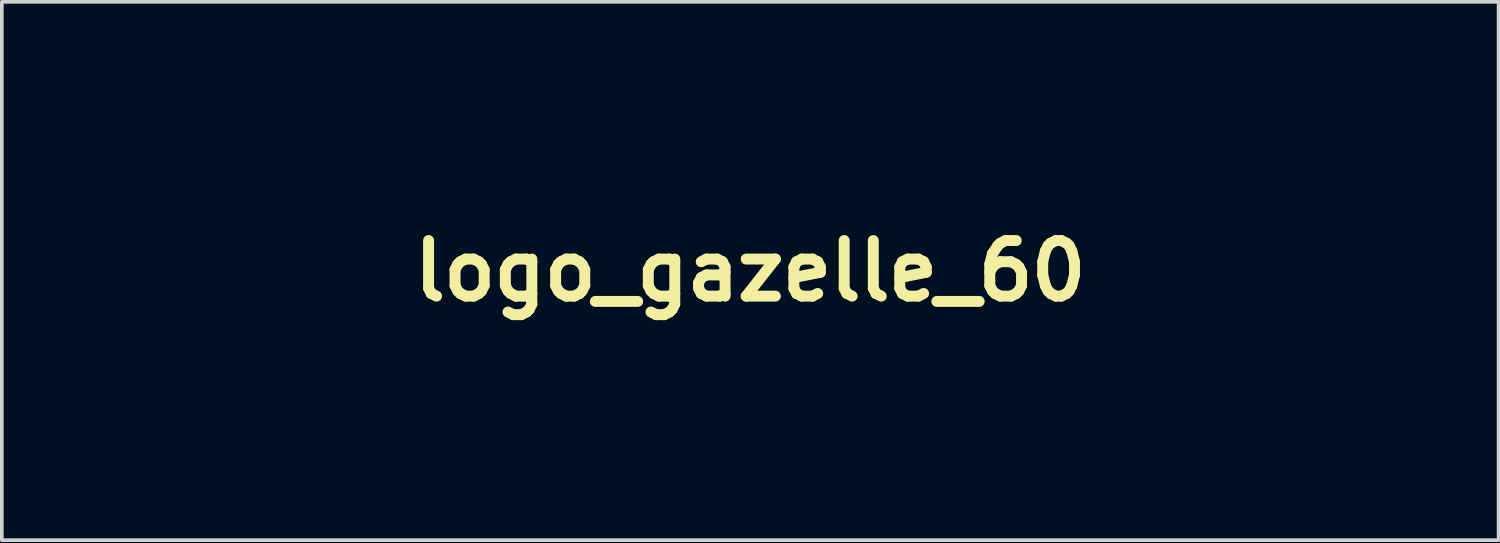
<source format=kicad_pcb>
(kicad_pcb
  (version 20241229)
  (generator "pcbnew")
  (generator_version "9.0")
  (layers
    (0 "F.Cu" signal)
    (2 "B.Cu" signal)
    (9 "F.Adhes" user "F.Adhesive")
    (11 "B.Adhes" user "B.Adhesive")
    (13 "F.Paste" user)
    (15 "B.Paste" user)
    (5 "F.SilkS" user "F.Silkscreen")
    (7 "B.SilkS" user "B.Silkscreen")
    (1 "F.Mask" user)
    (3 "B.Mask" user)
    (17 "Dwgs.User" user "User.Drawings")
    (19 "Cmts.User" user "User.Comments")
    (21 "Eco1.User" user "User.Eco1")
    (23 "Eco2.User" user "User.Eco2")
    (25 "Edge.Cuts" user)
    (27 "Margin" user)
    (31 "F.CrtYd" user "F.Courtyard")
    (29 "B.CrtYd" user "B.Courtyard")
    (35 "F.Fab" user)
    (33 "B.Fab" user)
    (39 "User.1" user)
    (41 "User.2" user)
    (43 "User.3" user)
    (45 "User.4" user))
  (footprint "logo_gazelle_60"
    (layer "F.Cu")
    (at 17.517 4.379)
    (property "Reference" "logo_gazelle_60" (at 0 0 0) (layer "F.SilkS") (effects (font (size 1.524 1.524) (thickness 0.3))))
    (attr board_only exclude_from_pos_files exclude_from_bom)
    (fp_poly (pts (xy -7.839 1.817) (xy -7.861 1.839) (xy -7.883 1.817) (xy -7.861 1.796)) (stroke (width 0) (type solid)) (fill yes) (layer "F.Mask"))
    (fp_poly (pts (xy -7.839 3.569) (xy -7.861 3.591) (xy -7.883 3.569) (xy -7.861 3.547)) (stroke (width 0) (type solid)) (fill yes) (layer "F.Mask"))
    (fp_poly (pts (xy -7.007 1.817) (xy -7.029 1.839) (xy -7.051 1.817) (xy -7.029 1.796)) (stroke (width 0) (type solid)) (fill yes) (layer "F.Mask"))
    (fp_poly (pts (xy -7.007 3.569) (xy -7.029 3.591) (xy -7.051 3.569) (xy -7.029 3.547)) (stroke (width 0) (type solid)) (fill yes) (layer "F.Mask"))
    (fp_poly (pts (xy -8.291 2.511) (xy -8.298 2.537) (xy -8.321 2.54) (xy -8.357 2.524) (xy -8.35 2.511) (xy -8.298 2.506)) (stroke (width 0) (type solid)) (fill yes) (layer "F.Mask"))
    (fp_poly (pts (xy -6.54 2.511) (xy -6.546 2.537) (xy -6.569 2.54) (xy -6.605 2.524) (xy -6.598 2.511) (xy -6.546 2.506)) (stroke (width 0) (type solid)) (fill yes) (layer "F.Mask"))
    (fp_poly (pts (xy -3.961 3.356) (xy -3.95 3.416) (xy -3.991 3.474) (xy -4.04 3.495) (xy -4.103 3.479) (xy -4.117 3.419) (xy -4.088 3.344) (xy -4.026 3.328)) (stroke (width 0) (type solid)) (fill yes) (layer "F.Mask"))
    (fp_poly (pts (xy -2.596 3.365) (xy -2.584 3.416) (xy -2.615 3.486) (xy -2.681 3.502) (xy -2.737 3.46) (xy -2.743 3.386) (xy -2.686 3.335) (xy -2.647 3.328)) (stroke (width 0) (type solid)) (fill yes) (layer "F.Mask"))
    (fp_poly (pts (xy -1.369 -3.311) (xy -1.365 -3.256) (xy -1.416 -3.181) (xy -1.461 -3.161) (xy -1.521 -3.17) (xy -1.525 -3.225) (xy -1.474 -3.301) (xy -1.43 -3.321)) (stroke (width 0) (type solid)) (fill yes) (layer "F.Mask"))
    (fp_poly (pts (xy -0.907 -0.608) (xy -0.904 -0.55) (xy -0.949 -0.499) (xy -0.978 -0.489) (xy -1.039 -0.498) (xy -1.043 -0.554) (xy -1.001 -0.622) (xy -0.963 -0.635)) (stroke (width 0) (type solid)) (fill yes) (layer "F.Mask"))
    (fp_poly (pts (xy 8.671 1.574) (xy 9.405 1.586) (xy 10.138 1.598) (xy 10.152 1.785) (xy 10.165 1.971) (xy 8.277 1.971) (xy 8.277 0.131) (xy 8.671 0.131)) (stroke (width 0) (type solid)) (fill yes) (layer "F.Mask"))
    (fp_poly (pts (xy 17.517 4.379) (xy -17.517 4.379) (xy -17.517 4.204) (xy -17.386 4.204) (xy 17.342 4.204) (xy 17.342 -4.248) (xy -17.386 -4.248) (xy -17.386 4.204) (xy -17.517 4.204) (xy -17.517 -4.379) (xy 17.517 -4.379)) (stroke (width 0) (type solid)) (fill yes) (layer "F.Mask"))
    (fp_poly (pts (xy -8.251 -3.454) (xy -8.237 -3.423) (xy -8.252 -3.346) (xy -8.284 -3.235) (xy -8.327 -3.125) (xy -8.37 -3.069) (xy -8.401 -3.076) (xy -8.408 -3.126) (xy -8.395 -3.261) (xy -8.361 -3.379) (xy -8.316 -3.45) (xy -8.293 -3.46)) (stroke (width 0) (type solid)) (fill yes) (layer "F.Mask"))
    (fp_poly (pts (xy -3.324 3.337) (xy -3.138 3.347) (xy -3.024 3.362) (xy -2.969 3.386) (xy -2.956 3.416) (xy -2.973 3.449) (xy -3.035 3.471) (xy -3.156 3.486) (xy -3.336 3.494) (xy -3.551 3.495) (xy -3.69 3.482) (xy -3.746 3.457) (xy -3.757 3.397) (xy -3.698 3.357) (xy -3.563 3.338) (xy -3.348 3.337)) (stroke (width 0) (type solid)) (fill yes) (layer "F.Mask"))
    (fp_poly (pts (xy 5.343 -1.621) (xy 5.332 -1.516) (xy 5.292 -1.448) (xy 5.206 -1.412) (xy 5.062 -1.401) (xy 4.864 -1.408) (xy 4.598 -1.423) (xy 4.598 -0.69) (xy 4.598 0.044) (xy 4.204 0.044) (xy 4.204 -1.398) (xy 3.843 -1.411) (xy 3.482 -1.423) (xy 3.468 -1.609) (xy 3.455 -1.796) (xy 5.343 -1.796)) (stroke (width 0) (type solid)) (fill yes) (layer "F.Mask"))
    (fp_poly (pts (xy -3.113 1.973) (xy -3.094 2.049) (xy -3.114 2.182) (xy -3.173 2.38) (xy -3.273 2.648) (xy -3.291 2.693) (xy -3.399 2.943) (xy -3.49 3.11) (xy -3.564 3.193) (xy -3.623 3.194) (xy -3.661 3.135) (xy -3.656 3.07) (xy -3.622 2.942) (xy -3.565 2.767) (xy -3.49 2.563) (xy -3.469 2.507) (xy -3.374 2.272) (xy -3.302 2.11) (xy -3.246 2.009) (xy -3.2 1.959) (xy -3.169 1.949)) (stroke (width 0) (type solid)) (fill yes) (layer "F.Mask"))
    (fp_poly (pts (xy -1.415 -3.046) (xy -1.401 -3.006) (xy -1.409 -2.931) (xy -1.429 -2.804) (xy -1.446 -2.713) (xy -1.467 -2.561) (xy -1.46 -2.476) (xy -1.44 -2.449) (xy -1.412 -2.392) (xy -1.42 -2.37) (xy -1.481 -2.329) (xy -1.559 -2.325) (xy -1.614 -2.358) (xy -1.62 -2.381) (xy -1.613 -2.456) (xy -1.593 -2.582) (xy -1.576 -2.674) (xy -1.554 -2.821) (xy -1.559 -2.905) (xy -1.587 -2.942) (xy -1.617 -2.982) (xy -1.577 -3.021) (xy -1.48 -3.062)) (stroke (width 0) (type solid)) (fill yes) (layer "F.Mask"))
    (fp_poly (pts (xy 12.919 0.813) (xy 13.281 1.495) (xy 13.443 1.196) (xy 13.541 1.016) (xy 13.659 0.798) (xy 13.777 0.58) (xy 13.812 0.515) (xy 14.018 0.131) (xy 14.408 0.131) (xy 14.408 1.971) (xy 14.017 1.971) (xy 14.004 1.456) (xy 13.992 0.942) (xy 13.73 1.456) (xy 13.468 1.971) (xy 13.095 1.971) (xy 12.834 1.456) (xy 12.573 0.942) (xy 12.571 1.828) (xy 12.569 2.715) (xy 12.174 2.715) (xy 12.174 0.131) (xy 12.558 0.131)) (stroke (width 0) (type solid)) (fill yes) (layer "F.Mask"))
    (fp_poly (pts (xy -12.989 -1.655) (xy -12.97 -1.62) (xy -12.968 -1.544) (xy -12.983 -1.415) (xy -13.014 -1.218) (xy -13.032 -1.118) (xy -13.061 -0.931) (xy -13.079 -0.768) (xy -13.084 -0.654) (xy -13.082 -0.627) (xy -13.092 -0.537) (xy -13.126 -0.506) (xy -13.221 -0.484) (xy -13.255 -0.52) (xy -13.249 -0.58) (xy -13.205 -0.799) (xy -13.168 -1.016) (xy -13.142 -1.214) (xy -13.128 -1.374) (xy -13.129 -1.478) (xy -13.137 -1.506) (xy -13.151 -1.568) (xy -13.108 -1.631) (xy -13.031 -1.664) (xy -13.023 -1.664)) (stroke (width 0) (type solid)) (fill yes) (layer "F.Mask"))
    (fp_poly (pts (xy -12.507 -1.655) (xy -12.488 -1.62) (xy -12.487 -1.544) (xy -12.501 -1.415) (xy -12.533 -1.218) (xy -12.55 -1.118) (xy -12.579 -0.931) (xy -12.597 -0.768) (xy -12.603 -0.654) (xy -12.6 -0.627) (xy -12.61 -0.537) (xy -12.644 -0.506) (xy -12.739 -0.484) (xy -12.773 -0.52) (xy -12.767 -0.58) (xy -12.723 -0.799) (xy -12.686 -1.016) (xy -12.66 -1.214) (xy -12.646 -1.374) (xy -12.647 -1.478) (xy -12.656 -1.506) (xy -12.669 -1.568) (xy -12.626 -1.631) (xy -12.55 -1.664) (xy -12.541 -1.664)) (stroke (width 0) (type solid)) (fill yes) (layer "F.Mask"))
    (fp_poly (pts (xy 13.478 -1.347) (xy 13.466 0.022) (xy 13.285 0.035) (xy 13.103 0.048) (xy 12.562 -0.577) (xy 12.021 -1.202) (xy 12.009 -0.207) (xy 11.998 0.788) (xy 11.831 0.788) (xy 11.715 0.781) (xy 11.641 0.764) (xy 11.634 0.759) (xy 11.627 0.709) (xy 11.62 0.583) (xy 11.614 0.392) (xy 11.61 0.148) (xy 11.607 -0.14) (xy 11.605 -0.459) (xy 11.605 -0.533) (xy 11.605 -1.796) (xy 11.813 -1.793) (xy 12.021 -1.79) (xy 13.072 -0.552) (xy 13.084 -1.633) (xy 13.096 -2.715) (xy 13.49 -2.715)) (stroke (width 0) (type solid)) (fill yes) (layer "F.Mask"))
    (fp_poly (pts (xy -13.738 0.896) (xy -13.732 0.901) (xy -13.67 1.015) (xy -13.691 1.142) (xy -13.771 1.25) (xy -13.903 1.338) (xy -14.038 1.349) (xy -14.154 1.284) (xy -14.16 1.278) (xy -14.206 1.196) (xy -14.087 1.196) (xy -14.036 1.262) (xy -13.949 1.26) (xy -13.864 1.201) (xy -13.807 1.107) (xy -13.799 1.007) (xy -13.839 0.941) (xy -13.93 0.93) (xy -14.022 0.978) (xy -14.082 1.067) (xy -14.084 1.073) (xy -14.087 1.196) (xy -14.206 1.196) (xy -14.225 1.162) (xy -14.207 1.045) (xy -14.125 0.94) (xy -13.994 0.853) (xy -13.856 0.838)) (stroke (width 0) (type solid)) (fill yes) (layer "F.Mask"))
    (fp_poly (pts (xy -15.157 -3.005) (xy -15.152 -2.973) (xy -15.171 -2.905) (xy -15.239 -2.903) (xy -15.243 -2.904) (xy -15.331 -2.885) (xy -15.414 -2.795) (xy -15.482 -2.648) (xy -15.52 -2.493) (xy -15.556 -2.367) (xy -15.611 -2.321) (xy -15.618 -2.321) (xy -15.664 -2.339) (xy -15.67 -2.406) (xy -15.66 -2.463) (xy -15.62 -2.679) (xy -15.6 -2.822) (xy -15.601 -2.903) (xy -15.621 -2.933) (xy -15.629 -2.934) (xy -15.675 -2.956) (xy -15.66 -3.003) (xy -15.602 -3.041) (xy -15.513 -3.035) (xy -15.477 -3.002) (xy -15.43 -2.956) (xy -15.384 -2.985) (xy -15.372 -2.999) (xy -15.289 -3.058) (xy -15.207 -3.059)) (stroke (width 0) (type solid)) (fill yes) (layer "F.Mask"))
    (fp_poly (pts (xy -12.442 2.512) (xy -12.437 2.545) (xy -12.455 2.613) (xy -12.524 2.615) (xy -12.528 2.614) (xy -12.616 2.633) (xy -12.699 2.723) (xy -12.767 2.87) (xy -12.805 3.025) (xy -12.841 3.151) (xy -12.896 3.197) (xy -12.903 3.197) (xy -12.949 3.179) (xy -12.955 3.112) (xy -12.945 3.055) (xy -12.905 2.839) (xy -12.885 2.696) (xy -12.886 2.615) (xy -12.906 2.585) (xy -12.913 2.584) (xy -12.96 2.562) (xy -12.945 2.515) (xy -12.887 2.477) (xy -12.798 2.483) (xy -12.762 2.516) (xy -12.715 2.562) (xy -12.669 2.533) (xy -12.657 2.519) (xy -12.573 2.459) (xy -12.492 2.459)) (stroke (width 0) (type solid)) (fill yes) (layer "F.Mask"))
    (fp_poly (pts (xy -5.61 -3.005) (xy -5.606 -2.973) (xy -5.624 -2.905) (xy -5.692 -2.903) (xy -5.696 -2.904) (xy -5.784 -2.885) (xy -5.867 -2.795) (xy -5.935 -2.648) (xy -5.973 -2.493) (xy -6.009 -2.367) (xy -6.064 -2.321) (xy -6.071 -2.321) (xy -6.117 -2.339) (xy -6.123 -2.406) (xy -6.113 -2.463) (xy -6.073 -2.679) (xy -6.053 -2.822) (xy -6.054 -2.903) (xy -6.074 -2.933) (xy -6.082 -2.934) (xy -6.128 -2.956) (xy -6.113 -3.003) (xy -6.056 -3.041) (xy -5.966 -3.035) (xy -5.93 -3.002) (xy -5.883 -2.956) (xy -5.837 -2.985) (xy -5.825 -2.999) (xy -5.742 -3.058) (xy -5.66 -3.059)) (stroke (width 0) (type solid)) (fill yes) (layer "F.Mask"))
    (fp_poly (pts (xy -4.034 -1.166) (xy -4.029 -1.134) (xy -4.047 -1.066) (xy -4.116 -1.064) (xy -4.119 -1.064) (xy -4.207 -1.046) (xy -4.291 -0.956) (xy -4.359 -0.809) (xy -4.397 -0.654) (xy -4.432 -0.528) (xy -4.488 -0.482) (xy -4.495 -0.482) (xy -4.541 -0.499) (xy -4.547 -0.567) (xy -4.537 -0.624) (xy -4.496 -0.84) (xy -4.477 -0.983) (xy -4.477 -1.063) (xy -4.498 -1.094) (xy -4.505 -1.095) (xy -4.552 -1.117) (xy -4.537 -1.164) (xy -4.479 -1.202) (xy -4.39 -1.195) (xy -4.353 -1.162) (xy -4.306 -1.117) (xy -4.26 -1.146) (xy -4.248 -1.16) (xy -4.165 -1.219) (xy -4.084 -1.22)) (stroke (width 0) (type solid)) (fill yes) (layer "F.Mask"))
    (fp_poly (pts (xy -3.815 0.673) (xy -3.81 0.706) (xy -3.828 0.774) (xy -3.897 0.776) (xy -3.9 0.775) (xy -3.988 0.793) (xy -4.072 0.884) (xy -4.14 1.03) (xy -4.178 1.186) (xy -4.213 1.312) (xy -4.269 1.357) (xy -4.276 1.358) (xy -4.322 1.34) (xy -4.328 1.273) (xy -4.318 1.215) (xy -4.277 0.999) (xy -4.258 0.857) (xy -4.258 0.776) (xy -4.279 0.746) (xy -4.286 0.744) (xy -4.333 0.722) (xy -4.318 0.675) (xy -4.26 0.637) (xy -4.171 0.644) (xy -4.134 0.677) (xy -4.087 0.723) (xy -4.041 0.693) (xy -4.029 0.679) (xy -3.946 0.62) (xy -3.865 0.619)) (stroke (width 0) (type solid)) (fill yes) (layer "F.Mask"))
    (fp_poly (pts (xy -2.415 -3.037) (xy -2.336 -2.963) (xy -2.321 -2.903) (xy -2.348 -2.852) (xy -2.409 -2.86) (xy -2.473 -2.918) (xy -2.55 -2.971) (xy -2.634 -2.953) (xy -2.714 -2.877) (xy -2.774 -2.758) (xy -2.802 -2.608) (xy -2.803 -2.583) (xy -2.784 -2.481) (xy -2.715 -2.433) (xy -2.697 -2.428) (xy -2.578 -2.425) (xy -2.503 -2.449) (xy -2.407 -2.491) (xy -2.377 -2.484) (xy -2.418 -2.432) (xy -2.446 -2.407) (xy -2.572 -2.342) (xy -2.713 -2.322) (xy -2.829 -2.355) (xy -2.886 -2.416) (xy -2.93 -2.487) (xy -2.959 -2.626) (xy -2.921 -2.776) (xy -2.833 -2.914) (xy -2.709 -3.017) (xy -2.564 -3.065) (xy -2.543 -3.066)) (stroke (width 0) (type solid)) (fill yes) (layer "F.Mask"))
    (fp_poly (pts (xy -15.239 2.465) (xy -15.121 2.532) (xy -15.043 2.651) (xy -15.021 2.785) (xy -15.06 2.948) (xy -15.162 3.079) (xy -15.306 3.166) (xy -15.469 3.197) (xy -15.631 3.157) (xy -15.648 3.148) (xy -15.747 3.044) (xy -15.781 2.898) (xy -15.777 2.88) (xy -15.634 2.88) (xy -15.605 3.02) (xy -15.527 3.095) (xy -15.417 3.1) (xy -15.291 3.03) (xy -15.26 3.002) (xy -15.185 2.897) (xy -15.152 2.79) (xy -15.152 2.786) (xy -15.184 2.666) (xy -15.262 2.574) (xy -15.355 2.54) (xy -15.449 2.577) (xy -15.543 2.669) (xy -15.613 2.785) (xy -15.634 2.88) (xy -15.777 2.88) (xy -15.748 2.741) (xy -15.65 2.588) (xy -15.521 2.492) (xy -15.378 2.451)) (stroke (width 0) (type solid)) (fill yes) (layer "F.Mask"))
    (fp_poly (pts (xy -13.706 -3.053) (xy -13.588 -2.986) (xy -13.51 -2.867) (xy -13.488 -2.733) (xy -13.527 -2.57) (xy -13.629 -2.439) (xy -13.773 -2.352) (xy -13.937 -2.321) (xy -14.098 -2.36) (xy -14.115 -2.37) (xy -14.215 -2.474) (xy -14.249 -2.62) (xy -14.245 -2.638) (xy -14.101 -2.638) (xy -14.072 -2.498) (xy -13.994 -2.423) (xy -13.884 -2.418) (xy -13.758 -2.488) (xy -13.727 -2.516) (xy -13.653 -2.621) (xy -13.62 -2.728) (xy -13.62 -2.732) (xy -13.651 -2.852) (xy -13.73 -2.944) (xy -13.822 -2.978) (xy -13.916 -2.941) (xy -14.01 -2.849) (xy -14.08 -2.733) (xy -14.101 -2.638) (xy -14.245 -2.638) (xy -14.215 -2.777) (xy -14.118 -2.93) (xy -13.988 -3.026) (xy -13.845 -3.067)) (stroke (width 0) (type solid)) (fill yes) (layer "F.Mask"))
    (fp_poly (pts (xy -9.37 -1.214) (xy -9.253 -1.147) (xy -9.175 -1.028) (xy -9.153 -0.893) (xy -9.192 -0.731) (xy -9.294 -0.599) (xy -9.438 -0.512) (xy -9.601 -0.482) (xy -9.762 -0.521) (xy -9.779 -0.53) (xy -9.879 -0.635) (xy -9.913 -0.781) (xy -9.909 -0.799) (xy -9.766 -0.799) (xy -9.736 -0.659) (xy -9.659 -0.584) (xy -9.549 -0.578) (xy -9.423 -0.648) (xy -9.392 -0.677) (xy -9.317 -0.782) (xy -9.284 -0.888) (xy -9.284 -0.893) (xy -9.316 -1.013) (xy -9.394 -1.105) (xy -9.486 -1.139) (xy -9.581 -1.101) (xy -9.675 -1.01) (xy -9.744 -0.893) (xy -9.766 -0.799) (xy -9.909 -0.799) (xy -9.88 -0.938) (xy -9.782 -1.091) (xy -9.653 -1.187) (xy -9.51 -1.227)) (stroke (width 0) (type solid)) (fill yes) (layer "F.Mask"))
    (fp_poly (pts (xy -5.517 0.626) (xy -5.399 0.692) (xy -5.321 0.812) (xy -5.299 0.946) (xy -5.338 1.109) (xy -5.44 1.24) (xy -5.584 1.327) (xy -5.747 1.357) (xy -5.909 1.318) (xy -5.925 1.309) (xy -6.025 1.205) (xy -6.059 1.059) (xy -6.055 1.04) (xy -5.912 1.04) (xy -5.883 1.18) (xy -5.805 1.256) (xy -5.695 1.261) (xy -5.569 1.191) (xy -5.538 1.163) (xy -5.463 1.058) (xy -5.43 0.951) (xy -5.43 0.947) (xy -5.462 0.827) (xy -5.54 0.735) (xy -5.633 0.701) (xy -5.727 0.738) (xy -5.821 0.829) (xy -5.89 0.946) (xy -5.912 1.04) (xy -6.055 1.04) (xy -6.026 0.901) (xy -5.928 0.749) (xy -5.799 0.653) (xy -5.656 0.612)) (stroke (width 0) (type solid)) (fill yes) (layer "F.Mask"))
    (fp_poly (pts (xy -5.035 -3.053) (xy -4.917 -2.986) (xy -4.839 -2.867) (xy -4.817 -2.733) (xy -4.856 -2.57) (xy -4.958 -2.439) (xy -5.102 -2.352) (xy -5.266 -2.321) (xy -5.427 -2.36) (xy -5.444 -2.37) (xy -5.544 -2.474) (xy -5.578 -2.62) (xy -5.574 -2.638) (xy -5.43 -2.638) (xy -5.401 -2.498) (xy -5.323 -2.423) (xy -5.213 -2.418) (xy -5.087 -2.488) (xy -5.056 -2.516) (xy -4.982 -2.621) (xy -4.949 -2.728) (xy -4.949 -2.732) (xy -4.98 -2.852) (xy -5.059 -2.944) (xy -5.151 -2.978) (xy -5.245 -2.941) (xy -5.339 -2.849) (xy -5.409 -2.733) (xy -5.43 -2.638) (xy -5.574 -2.638) (xy -5.544 -2.777) (xy -5.447 -2.93) (xy -5.317 -3.026) (xy -5.174 -3.067)) (stroke (width 0) (type solid)) (fill yes) (layer "F.Mask"))
    (fp_poly (pts (xy -2.582 -1.19) (xy -2.55 -1.096) (xy -2.552 -0.966) (xy -2.587 -0.819) (xy -2.653 -0.679) (xy -2.699 -0.614) (xy -2.809 -0.524) (xy -2.932 -0.481) (xy -3.04 -0.491) (xy -3.096 -0.536) (xy -3.114 -0.606) (xy -3.127 -0.735) (xy -3.131 -0.887) (xy -3.127 -1.05) (xy -3.113 -1.145) (xy -3.083 -1.193) (xy -3.051 -1.209) (xy -2.985 -1.222) (xy -2.952 -1.198) (xy -2.947 -1.122) (xy -2.967 -0.981) (xy -2.977 -0.923) (xy -2.999 -0.776) (xy -3.006 -0.662) (xy -2.999 -0.612) (xy -2.933 -0.571) (xy -2.843 -0.605) (xy -2.758 -0.69) (xy -2.698 -0.786) (xy -2.678 -0.894) (xy -2.687 -1.018) (xy -2.696 -1.149) (xy -2.681 -1.213) (xy -2.65 -1.226)) (stroke (width 0) (type solid)) (fill yes) (layer "F.Mask"))
    (fp_poly (pts (xy -0.743 -3.053) (xy -0.626 -2.986) (xy -0.548 -2.867) (xy -0.526 -2.733) (xy -0.564 -2.57) (xy -0.667 -2.439) (xy -0.81 -2.352) (xy -0.974 -2.321) (xy -1.135 -2.36) (xy -1.152 -2.37) (xy -1.252 -2.474) (xy -1.286 -2.62) (xy -1.282 -2.638) (xy -1.139 -2.638) (xy -1.109 -2.498) (xy -1.032 -2.423) (xy -0.922 -2.418) (xy -0.795 -2.488) (xy -0.764 -2.516) (xy -0.69 -2.621) (xy -0.657 -2.728) (xy -0.657 -2.732) (xy -0.689 -2.852) (xy -0.767 -2.944) (xy -0.859 -2.978) (xy -0.953 -2.941) (xy -1.047 -2.849) (xy -1.117 -2.733) (xy -1.139 -2.638) (xy -1.282 -2.638) (xy -1.252 -2.777) (xy -1.155 -2.93) (xy -1.026 -3.026) (xy -0.882 -3.067)) (stroke (width 0) (type solid)) (fill yes) (layer "F.Mask"))
    (fp_poly (pts (xy -8.024 -1.16) (xy -7.998 -1.13) (xy -7.971 -1.05) (xy -8.004 -1.021) (xy -8.077 -1.053) (xy -8.1 -1.071) (xy -8.188 -1.121) (xy -8.253 -1.123) (xy -8.316 -1.07) (xy -8.302 -0.998) (xy -8.219 -0.921) (xy -8.156 -0.887) (xy -8.032 -0.805) (xy -7.979 -0.716) (xy -8.002 -0.615) (xy -8.088 -0.537) (xy -8.212 -0.492) (xy -8.35 -0.49) (xy -8.463 -0.529) (xy -8.524 -0.591) (xy -8.536 -0.659) (xy -8.497 -0.699) (xy -8.479 -0.701) (xy -8.403 -0.67) (xy -8.364 -0.635) (xy -8.274 -0.574) (xy -8.182 -0.598) (xy -8.151 -0.628) (xy -8.137 -0.676) (xy -8.182 -0.733) (xy -8.266 -0.792) (xy -8.396 -0.904) (xy -8.441 -1.016) (xy -8.401 -1.123) (xy -8.37 -1.155) (xy -8.258 -1.211) (xy -8.13 -1.211)) (stroke (width 0) (type solid)) (fill yes) (layer "F.Mask"))
    (fp_poly (pts (xy -7.805 -3) (xy -7.779 -2.969) (xy -7.752 -2.89) (xy -7.785 -2.86) (xy -7.858 -2.892) (xy -7.881 -2.911) (xy -7.969 -2.96) (xy -8.034 -2.963) (xy -8.097 -2.91) (xy -8.083 -2.838) (xy -8 -2.761) (xy -7.938 -2.726) (xy -7.813 -2.644) (xy -7.76 -2.555) (xy -7.783 -2.454) (xy -7.869 -2.376) (xy -7.993 -2.332) (xy -8.132 -2.329) (xy -8.244 -2.368) (xy -8.305 -2.431) (xy -8.317 -2.498) (xy -8.278 -2.538) (xy -8.26 -2.54) (xy -8.184 -2.509) (xy -8.146 -2.474) (xy -8.055 -2.413) (xy -7.963 -2.437) (xy -7.932 -2.467) (xy -7.918 -2.516) (xy -7.963 -2.572) (xy -8.047 -2.632) (xy -8.177 -2.743) (xy -8.222 -2.855) (xy -8.182 -2.962) (xy -8.151 -2.995) (xy -8.039 -3.05) (xy -7.911 -3.051)) (stroke (width 0) (type solid)) (fill yes) (layer "F.Mask"))
    (fp_poly (pts (xy -8.709 -1.43) (xy -8.701 -1.353) (xy -8.704 -1.336) (xy -8.704 -1.251) (xy -8.654 -1.226) (xy -8.654 -1.226) (xy -8.593 -1.204) (xy -8.583 -1.182) (xy -8.62 -1.146) (xy -8.665 -1.139) (xy -8.72 -1.119) (xy -8.754 -1.046) (xy -8.775 -0.935) (xy -8.796 -0.77) (xy -8.799 -0.674) (xy -8.781 -0.633) (xy -8.736 -0.629) (xy -8.693 -0.639) (xy -8.604 -0.652) (xy -8.592 -0.63) (xy -8.654 -0.581) (xy -8.713 -0.549) (xy -8.858 -0.489) (xy -8.943 -0.489) (xy -8.968 -0.55) (xy -8.963 -0.58) (xy -8.943 -0.681) (xy -8.92 -0.826) (xy -8.909 -0.909) (xy -8.896 -1.048) (xy -8.904 -1.119) (xy -8.938 -1.14) (xy -8.939 -1.14) (xy -8.96 -1.16) (xy -8.907 -1.216) (xy -8.827 -1.302) (xy -8.788 -1.369) (xy -8.745 -1.438)) (stroke (width 0) (type solid)) (fill yes) (layer "F.Mask"))
    (fp_poly (pts (xy -1.921 -3.27) (xy -1.913 -3.193) (xy -1.916 -3.175) (xy -1.916 -3.09) (xy -1.867 -3.066) (xy -1.866 -3.066) (xy -1.805 -3.043) (xy -1.796 -3.022) (xy -1.832 -2.985) (xy -1.877 -2.978) (xy -1.932 -2.958) (xy -1.966 -2.885) (xy -1.987 -2.775) (xy -2.008 -2.609) (xy -2.011 -2.514) (xy -1.993 -2.472) (xy -1.948 -2.469) (xy -1.905 -2.478) (xy -1.816 -2.491) (xy -1.804 -2.469) (xy -1.866 -2.42) (xy -1.925 -2.388) (xy -2.07 -2.328) (xy -2.156 -2.329) (xy -2.18 -2.389) (xy -2.175 -2.42) (xy -2.155 -2.52) (xy -2.132 -2.665) (xy -2.121 -2.748) (xy -2.108 -2.887) (xy -2.117 -2.958) (xy -2.15 -2.979) (xy -2.151 -2.979) (xy -2.172 -2.999) (xy -2.119 -3.056) (xy -2.039 -3.141) (xy -2 -3.208) (xy -1.957 -3.278)) (stroke (width 0) (type solid)) (fill yes) (layer "F.Mask"))
    (fp_poly (pts (xy 9.372 -1.684) (xy 9.371 -1.352) (xy 9.369 -1.095) (xy 9.364 -0.902) (xy 9.355 -0.759) (xy 9.343 -0.656) (xy 9.325 -0.579) (xy 9.301 -0.517) (xy 9.288 -0.491) (xy 9.121 -0.253) (xy 8.908 -0.082) (xy 8.66 0.016) (xy 8.39 0.035) (xy 8.13 -0.02) (xy 7.904 -0.145) (xy 7.716 -0.335) (xy 7.615 -0.504) (xy 7.579 -0.599) (xy 7.555 -0.714) (xy 7.541 -0.868) (xy 7.534 -1.078) (xy 7.533 -1.237) (xy 7.532 -1.796) (xy 7.927 -1.796) (xy 7.927 -1.268) (xy 7.93 -1.004) (xy 7.943 -0.814) (xy 7.966 -0.683) (xy 7.993 -0.612) (xy 8.112 -0.469) (xy 8.276 -0.382) (xy 8.464 -0.354) (xy 8.652 -0.387) (xy 8.817 -0.483) (xy 8.856 -0.522) (xy 8.978 -0.658) (xy 8.978 -2.715) (xy 9.372 -2.715)) (stroke (width 0) (type solid)) (fill yes) (layer "F.Mask"))
    (fp_poly (pts (xy -3.564 1.979) (xy -3.561 1.982) (xy -3.538 2.022) (xy -3.538 2.088) (xy -3.564 2.195) (xy -3.618 2.361) (xy -3.651 2.454) (xy -3.747 2.719) (xy -3.819 2.912) (xy -3.875 3.045) (xy -3.92 3.129) (xy -3.961 3.174) (xy -4.002 3.193) (xy -4.043 3.197) (xy -4.144 3.176) (xy -4.194 3.142) (xy -4.225 3.082) (xy -4.278 2.956) (xy -4.345 2.784) (xy -4.42 2.583) (xy -4.425 2.57) (xy -4.502 2.354) (xy -4.551 2.204) (xy -4.575 2.106) (xy -4.577 2.044) (xy -4.56 2.003) (xy -4.542 1.983) (xy -4.484 1.943) (xy -4.429 1.954) (xy -4.373 2.023) (xy -4.31 2.159) (xy -4.234 2.369) (xy -4.203 2.462) (xy -4.056 2.911) (xy -3.902 2.442) (xy -3.819 2.206) (xy -3.749 2.048) (xy -3.686 1.963) (xy -3.626 1.942)) (stroke (width 0) (type solid)) (fill yes) (layer "F.Mask"))
    (fp_poly (pts (xy 11.188 0.093) (xy 11.204 0.131) (xy 11.235 0.202) (xy 11.299 0.339) (xy 11.388 0.527) (xy 11.496 0.755) (xy 11.618 1.009) (xy 11.665 1.106) (xy 12.083 1.971) (xy 11.855 1.971) (xy 11.627 1.971) (xy 11.411 1.5) (xy 11.325 1.313) (xy 11.25 1.156) (xy 11.196 1.045) (xy 11.17 0.998) (xy 11.143 1.023) (xy 11.087 1.114) (xy 11.011 1.257) (xy 10.922 1.439) (xy 10.908 1.469) (xy 10.671 1.971) (xy 10.459 1.971) (xy 10.337 1.965) (xy 10.26 1.952) (xy 10.248 1.943) (xy 10.265 1.898) (xy 10.315 1.789) (xy 10.389 1.627) (xy 10.482 1.427) (xy 10.588 1.203) (xy 10.699 0.968) (xy 10.81 0.735) (xy 10.913 0.518) (xy 11.003 0.33) (xy 11.074 0.186) (xy 11.118 0.099) (xy 11.124 0.089) (xy 11.156 0.054)) (stroke (width 0) (type solid)) (fill yes) (layer "F.Mask"))
    (fp_poly (pts (xy -15.108 0.263) (xy -15.018 0.357) (xy -14.971 0.505) (xy -14.965 0.687) (xy -14.996 0.881) (xy -15.061 1.068) (xy -15.16 1.226) (xy -15.237 1.301) (xy -15.371 1.356) (xy -15.521 1.343) (xy -15.65 1.269) (xy -15.675 1.242) (xy -15.745 1.09) (xy -15.758 0.949) (xy -15.617 0.949) (xy -15.607 1.101) (xy -15.558 1.212) (xy -15.53 1.236) (xy -15.426 1.267) (xy -15.319 1.215) (xy -15.287 1.185) (xy -15.2 1.061) (xy -15.143 0.904) (xy -15.115 0.733) (xy -15.116 0.568) (xy -15.147 0.429) (xy -15.206 0.335) (xy -15.282 0.307) (xy -15.381 0.347) (xy -15.47 0.453) (xy -15.543 0.603) (xy -15.594 0.775) (xy -15.617 0.949) (xy -15.758 0.949) (xy -15.763 0.893) (xy -15.731 0.679) (xy -15.682 0.542) (xy -15.566 0.361) (xy -15.423 0.251) (xy -15.264 0.218)) (stroke (width 0) (type solid)) (fill yes) (layer "F.Mask"))
    (fp_poly (pts (xy -1.411 -1.645) (xy -1.409 -1.595) (xy -1.419 -1.478) (xy -1.44 -1.313) (xy -1.461 -1.165) (xy -1.498 -0.928) (xy -1.52 -0.764) (xy -1.527 -0.659) (xy -1.52 -0.601) (xy -1.497 -0.576) (xy -1.458 -0.569) (xy -1.445 -0.569) (xy -1.374 -0.551) (xy -1.358 -0.526) (xy -1.398 -0.503) (xy -1.504 -0.487) (xy -1.642 -0.482) (xy -1.787 -0.487) (xy -1.89 -0.502) (xy -1.927 -0.522) (xy -1.89 -0.56) (xy -1.828 -0.577) (xy -1.763 -0.612) (xy -1.709 -0.702) (xy -1.663 -0.857) (xy -1.622 -1.086) (xy -1.604 -1.215) (xy -1.588 -1.349) (xy -1.593 -1.417) (xy -1.626 -1.442) (xy -1.685 -1.445) (xy -1.768 -1.46) (xy -1.796 -1.489) (xy -1.761 -1.53) (xy -1.741 -1.533) (xy -1.666 -1.552) (xy -1.561 -1.598) (xy -1.559 -1.6) (xy -1.467 -1.639) (xy -1.413 -1.646)) (stroke (width 0) (type solid)) (fill yes) (layer "F.Mask"))
    (fp_poly (pts (xy -14.871 -3.044) (xy -14.867 -2.958) (xy -14.886 -2.801) (xy -14.893 -2.761) (xy -14.914 -2.576) (xy -14.903 -2.465) (xy -14.856 -2.418) (xy -14.771 -2.427) (xy -14.769 -2.427) (xy -14.692 -2.49) (xy -14.615 -2.618) (xy -14.55 -2.789) (xy -14.516 -2.923) (xy -14.477 -3.028) (xy -14.422 -3.066) (xy -14.376 -3.042) (xy -14.381 -2.961) (xy -14.382 -2.956) (xy -14.424 -2.755) (xy -14.442 -2.594) (xy -14.435 -2.489) (xy -14.404 -2.452) (xy -14.377 -2.436) (xy -14.42 -2.379) (xy -14.423 -2.376) (xy -14.485 -2.324) (xy -14.526 -2.337) (xy -14.558 -2.376) (xy -14.609 -2.428) (xy -14.653 -2.407) (xy -14.67 -2.387) (xy -14.759 -2.334) (xy -14.874 -2.324) (xy -14.976 -2.357) (xy -15.014 -2.398) (xy -15.039 -2.497) (xy -15.046 -2.639) (xy -15.036 -2.794) (xy -15.012 -2.932) (xy -14.977 -3.025) (xy -14.961 -3.042) (xy -14.901 -3.068)) (stroke (width 0) (type solid)) (fill yes) (layer "F.Mask"))
    (fp_poly (pts (xy -14.214 -1.216) (xy -14.149 -1.185) (xy -14.145 -1.17) (xy -14.175 -1.114) (xy -14.252 -1.017) (xy -14.363 -0.899) (xy -14.386 -0.876) (xy -14.523 -0.737) (xy -14.598 -0.646) (xy -14.618 -0.595) (xy -14.587 -0.573) (xy -14.543 -0.569) (xy -14.41 -0.59) (xy -14.332 -0.644) (xy -14.32 -0.683) (xy -14.296 -0.738) (xy -14.245 -0.731) (xy -14.202 -0.672) (xy -14.209 -0.589) (xy -14.291 -0.526) (xy -14.438 -0.489) (xy -14.57 -0.482) (xy -14.719 -0.49) (xy -14.791 -0.516) (xy -14.802 -0.54) (xy -14.774 -0.598) (xy -14.7 -0.7) (xy -14.594 -0.827) (xy -14.558 -0.868) (xy -14.313 -1.139) (xy -14.443 -1.139) (xy -14.548 -1.118) (xy -14.597 -1.048) (xy -14.597 -1.047) (xy -14.636 -0.986) (xy -14.683 -0.996) (xy -14.713 -1.066) (xy -14.714 -1.093) (xy -14.693 -1.162) (xy -14.619 -1.204) (xy -14.48 -1.223) (xy -14.361 -1.226)) (stroke (width 0) (type solid)) (fill yes) (layer "F.Mask"))
    (fp_poly (pts (xy -3.572 -3.044) (xy -3.568 -2.958) (xy -3.588 -2.801) (xy -3.594 -2.761) (xy -3.615 -2.576) (xy -3.604 -2.465) (xy -3.558 -2.418) (xy -3.472 -2.427) (xy -3.47 -2.427) (xy -3.394 -2.49) (xy -3.317 -2.618) (xy -3.251 -2.789) (xy -3.218 -2.923) (xy -3.178 -3.028) (xy -3.123 -3.066) (xy -3.077 -3.042) (xy -3.082 -2.961) (xy -3.084 -2.956) (xy -3.126 -2.755) (xy -3.144 -2.594) (xy -3.137 -2.489) (xy -3.106 -2.452) (xy -3.078 -2.436) (xy -3.121 -2.379) (xy -3.124 -2.376) (xy -3.186 -2.324) (xy -3.228 -2.337) (xy -3.259 -2.376) (xy -3.31 -2.428) (xy -3.354 -2.407) (xy -3.372 -2.387) (xy -3.461 -2.334) (xy -3.576 -2.324) (xy -3.677 -2.357) (xy -3.715 -2.398) (xy -3.74 -2.497) (xy -3.747 -2.639) (xy -3.737 -2.794) (xy -3.714 -2.932) (xy -3.679 -3.025) (xy -3.662 -3.042) (xy -3.603 -3.068)) (stroke (width 0) (type solid)) (fill yes) (layer "F.Mask"))
    (fp_poly (pts (xy -11.237 0.243) (xy -11.111 0.307) (xy -11.042 0.397) (xy -11.036 0.438) (xy -11.057 0.527) (xy -11.106 0.543) (xy -11.159 0.481) (xy -11.165 0.467) (xy -11.244 0.363) (xy -11.364 0.317) (xy -11.507 0.325) (xy -11.65 0.384) (xy -11.773 0.491) (xy -11.826 0.574) (xy -11.896 0.772) (xy -11.904 0.954) (xy -11.856 1.105) (xy -11.759 1.211) (xy -11.619 1.259) (xy -11.527 1.255) (xy -11.38 1.21) (xy -11.248 1.14) (xy -11.245 1.139) (xy -11.163 1.084) (xy -11.129 1.085) (xy -11.123 1.116) (xy -11.163 1.194) (xy -11.265 1.268) (xy -11.404 1.326) (xy -11.555 1.356) (xy -11.594 1.357) (xy -11.752 1.337) (xy -11.883 1.263) (xy -11.919 1.232) (xy -12.007 1.141) (xy -12.048 1.05) (xy -12.06 0.917) (xy -12.06 0.89) (xy -12.022 0.647) (xy -11.915 0.45) (xy -11.748 0.307) (xy -11.532 0.23) (xy -11.4 0.219)) (stroke (width 0) (type solid)) (fill yes) (layer "F.Mask"))
    (fp_poly (pts (xy -12.709 -3.043) (xy -12.67 -3.011) (xy -12.652 -2.941) (xy -12.639 -2.813) (xy -12.634 -2.66) (xy -12.638 -2.497) (xy -12.653 -2.402) (xy -12.683 -2.354) (xy -12.714 -2.338) (xy -12.789 -2.325) (xy -12.812 -2.331) (xy -12.814 -2.38) (xy -12.802 -2.49) (xy -12.782 -2.623) (xy -12.758 -2.808) (xy -12.77 -2.921) (xy -12.819 -2.968) (xy -12.91 -2.959) (xy -12.915 -2.957) (xy -13.016 -2.882) (xy -13.1 -2.736) (xy -13.158 -2.534) (xy -13.164 -2.501) (xy -13.197 -2.379) (xy -13.243 -2.323) (xy -13.253 -2.321) (xy -13.308 -2.342) (xy -13.313 -2.357) (xy -13.306 -2.416) (xy -13.286 -2.534) (xy -13.266 -2.648) (xy -13.242 -2.807) (xy -13.245 -2.899) (xy -13.268 -2.933) (xy -13.286 -2.977) (xy -13.245 -3.024) (xy -13.18 -3.06) (xy -13.128 -3.024) (xy -13.117 -3.009) (xy -13.067 -2.958) (xy -13.023 -2.981) (xy -13.007 -2.999) (xy -12.923 -3.049) (xy -12.81 -3.064)) (stroke (width 0) (type solid)) (fill yes) (layer "F.Mask"))
    (fp_poly (pts (xy -11.216 -3.452) (xy -11.172 -3.425) (xy -11.205 -3.376) (xy -11.231 -3.355) (xy -11.265 -3.293) (xy -11.303 -3.167) (xy -11.342 -3.004) (xy -11.376 -2.826) (xy -11.401 -2.658) (xy -11.413 -2.524) (xy -11.405 -2.449) (xy -11.404 -2.446) (xy -11.346 -2.423) (xy -11.23 -2.419) (xy -11.083 -2.432) (xy -10.932 -2.46) (xy -10.875 -2.475) (xy -10.806 -2.486) (xy -10.797 -2.441) (xy -10.803 -2.413) (xy -10.82 -2.371) (xy -10.856 -2.344) (xy -10.928 -2.329) (xy -11.052 -2.323) (xy -11.246 -2.321) (xy -11.265 -2.321) (xy -11.463 -2.322) (xy -11.586 -2.327) (xy -11.649 -2.339) (xy -11.664 -2.359) (xy -11.644 -2.392) (xy -11.643 -2.393) (xy -11.608 -2.468) (xy -11.57 -2.601) (xy -11.533 -2.769) (xy -11.501 -2.949) (xy -11.478 -3.119) (xy -11.467 -3.256) (xy -11.473 -3.338) (xy -11.478 -3.348) (xy -11.515 -3.411) (xy -11.476 -3.447) (xy -11.357 -3.46) (xy -11.342 -3.46)) (stroke (width 0) (type solid)) (fill yes) (layer "F.Mask"))
    (fp_poly (pts (xy -9.99 2.054) (xy -9.992 2.157) (xy -10.004 2.288) (xy -10.018 2.435) (xy -10.016 2.509) (xy -9.996 2.521) (xy -9.979 2.507) (xy -9.87 2.451) (xy -9.75 2.463) (xy -9.641 2.53) (xy -9.566 2.641) (xy -9.547 2.745) (xy -9.584 2.937) (xy -9.689 3.08) (xy -9.854 3.166) (xy -10.063 3.188) (xy -10.275 3.179) (xy -10.229 2.914) (xy -10.116 2.914) (xy -10.086 3.022) (xy -10.015 3.095) (xy -9.964 3.109) (xy -9.895 3.086) (xy -9.823 3.044) (xy -9.739 2.948) (xy -9.699 2.825) (xy -9.701 2.7) (xy -9.743 2.598) (xy -9.824 2.543) (xy -9.856 2.54) (xy -9.936 2.577) (xy -10.019 2.67) (xy -10.086 2.789) (xy -10.116 2.906) (xy -10.116 2.914) (xy -10.229 2.914) (xy -10.195 2.717) (xy -10.164 2.517) (xy -10.143 2.341) (xy -10.134 2.212) (xy -10.137 2.161) (xy -10.122 2.07) (xy -10.041 2.019) (xy -9.997 2.014)) (stroke (width 0) (type solid)) (fill yes) (layer "F.Mask"))
    (fp_poly (pts (xy -8.803 2.486) (xy -8.777 2.575) (xy -8.79 2.707) (xy -8.839 2.866) (xy -8.917 3.036) (xy -9.02 3.204) (xy -9.143 3.355) (xy -9.217 3.425) (xy -9.31 3.481) (xy -9.399 3.501) (xy -9.453 3.481) (xy -9.459 3.46) (xy -9.423 3.423) (xy -9.379 3.416) (xy -9.296 3.386) (xy -9.202 3.312) (xy -9.197 3.306) (xy -9.135 3.233) (xy -9.134 3.202) (xy -9.166 3.197) (xy -9.256 3.155) (xy -9.325 3.038) (xy -9.368 2.853) (xy -9.379 2.737) (xy -9.384 2.59) (xy -9.375 2.509) (xy -9.346 2.472) (xy -9.306 2.462) (xy -9.257 2.462) (xy -9.233 2.496) (xy -9.227 2.581) (xy -9.232 2.703) (xy -9.228 2.882) (xy -9.196 3.016) (xy -9.143 3.091) (xy -9.074 3.093) (xy -9.067 3.089) (xy -8.993 3.002) (xy -8.937 2.863) (xy -8.91 2.708) (xy -8.915 2.603) (xy -8.926 2.499) (xy -8.903 2.457) (xy -8.876 2.452)) (stroke (width 0) (type solid)) (fill yes) (layer "F.Mask"))
    (fp_poly (pts (xy -6.964 0.646) (xy -6.937 0.736) (xy -6.951 0.868) (xy -6.999 1.026) (xy -7.078 1.197) (xy -7.181 1.365) (xy -7.304 1.516) (xy -7.378 1.586) (xy -7.471 1.642) (xy -7.559 1.662) (xy -7.614 1.641) (xy -7.62 1.62) (xy -7.584 1.584) (xy -7.54 1.577) (xy -7.457 1.546) (xy -7.363 1.473) (xy -7.357 1.467) (xy -7.295 1.393) (xy -7.294 1.362) (xy -7.327 1.358) (xy -7.416 1.316) (xy -7.485 1.198) (xy -7.529 1.014) (xy -7.54 0.898) (xy -7.545 0.751) (xy -7.536 0.669) (xy -7.506 0.633) (xy -7.467 0.622) (xy -7.418 0.623) (xy -7.394 0.656) (xy -7.388 0.741) (xy -7.393 0.863) (xy -7.388 1.043) (xy -7.357 1.177) (xy -7.304 1.251) (xy -7.235 1.253) (xy -7.228 1.249) (xy -7.154 1.163) (xy -7.098 1.024) (xy -7.071 0.869) (xy -7.076 0.764) (xy -7.087 0.66) (xy -7.064 0.618) (xy -7.037 0.613)) (stroke (width 0) (type solid)) (fill yes) (layer "F.Mask"))
    (fp_poly (pts (xy -6.574 0.215) (xy -6.577 0.318) (xy -6.588 0.449) (xy -6.602 0.596) (xy -6.6 0.669) (xy -6.581 0.681) (xy -6.563 0.668) (xy -6.454 0.612) (xy -6.334 0.623) (xy -6.225 0.691) (xy -6.15 0.801) (xy -6.131 0.905) (xy -6.168 1.098) (xy -6.273 1.24) (xy -6.438 1.326) (xy -6.647 1.348) (xy -6.859 1.339) (xy -6.813 1.075) (xy -6.7 1.075) (xy -6.671 1.182) (xy -6.599 1.256) (xy -6.548 1.27) (xy -6.479 1.247) (xy -6.407 1.204) (xy -6.323 1.108) (xy -6.283 0.986) (xy -6.285 0.861) (xy -6.327 0.759) (xy -6.408 0.704) (xy -6.44 0.701) (xy -6.52 0.738) (xy -6.603 0.831) (xy -6.67 0.95) (xy -6.7 1.067) (xy -6.7 1.075) (xy -6.813 1.075) (xy -6.779 0.878) (xy -6.748 0.677) (xy -6.727 0.502) (xy -6.718 0.373) (xy -6.721 0.322) (xy -6.707 0.231) (xy -6.626 0.18) (xy -6.582 0.175)) (stroke (width 0) (type solid)) (fill yes) (layer "F.Mask"))
    (fp_poly (pts (xy 0.254 -3.043) (xy 0.293 -3.011) (xy 0.311 -2.941) (xy 0.324 -2.813) (xy 0.328 -2.66) (xy 0.325 -2.497) (xy 0.31 -2.402) (xy 0.28 -2.354) (xy 0.249 -2.338) (xy 0.174 -2.325) (xy 0.151 -2.331) (xy 0.149 -2.38) (xy 0.16 -2.49) (xy 0.181 -2.623) (xy 0.205 -2.808) (xy 0.193 -2.921) (xy 0.143 -2.968) (xy 0.052 -2.959) (xy 0.048 -2.957) (xy -0.054 -2.882) (xy -0.138 -2.736) (xy -0.196 -2.534) (xy -0.201 -2.501) (xy -0.235 -2.379) (xy -0.28 -2.323) (xy -0.29 -2.321) (xy -0.345 -2.342) (xy -0.35 -2.357) (xy -0.343 -2.416) (xy -0.324 -2.534) (xy -0.303 -2.648) (xy -0.28 -2.807) (xy -0.283 -2.899) (xy -0.305 -2.933) (xy -0.323 -2.977) (xy -0.282 -3.024) (xy -0.217 -3.06) (xy -0.166 -3.024) (xy -0.154 -3.009) (xy -0.105 -2.958) (xy -0.06 -2.981) (xy -0.044 -2.999) (xy 0.039 -3.049) (xy 0.153 -3.064)) (stroke (width 0) (type solid)) (fill yes) (layer "F.Mask"))
    (fp_poly (pts (xy -13.525 -1.214) (xy -13.426 -1.157) (xy -13.381 -1.081) (xy -13.404 -1) (xy -13.484 -0.919) (xy -13.615 -0.845) (xy -13.76 -0.797) (xy -13.837 -0.788) (xy -13.911 -0.758) (xy -13.926 -0.702) (xy -13.889 -0.624) (xy -13.794 -0.584) (xy -13.664 -0.587) (xy -13.574 -0.614) (xy -13.463 -0.648) (xy -13.419 -0.64) (xy -13.448 -0.599) (xy -13.526 -0.551) (xy -13.715 -0.486) (xy -13.877 -0.5) (xy -14.004 -0.589) (xy -14.011 -0.597) (xy -14.075 -0.688) (xy -14.096 -0.76) (xy -14.075 -0.851) (xy -14.057 -0.897) (xy -13.906 -0.897) (xy -13.865 -0.876) (xy -13.843 -0.876) (xy -13.735 -0.891) (xy -13.644 -0.919) (xy -13.559 -0.978) (xy -13.534 -1.051) (xy -13.575 -1.112) (xy -13.594 -1.121) (xy -13.693 -1.118) (xy -13.8 -1.059) (xy -13.883 -0.963) (xy -13.883 -0.962) (xy -13.906 -0.897) (xy -14.057 -0.897) (xy -14.039 -0.94) (xy -13.948 -1.074) (xy -13.816 -1.17) (xy -13.667 -1.22)) (stroke (width 0) (type solid)) (fill yes) (layer "F.Mask"))
    (fp_poly (pts (xy -13.263 2.465) (xy -13.163 2.521) (xy -13.118 2.598) (xy -13.142 2.678) (xy -13.222 2.76) (xy -13.352 2.834) (xy -13.497 2.881) (xy -13.574 2.89) (xy -13.649 2.921) (xy -13.663 2.977) (xy -13.627 3.055) (xy -13.531 3.095) (xy -13.401 3.092) (xy -13.311 3.065) (xy -13.201 3.031) (xy -13.156 3.039) (xy -13.185 3.08) (xy -13.263 3.128) (xy -13.452 3.192) (xy -13.614 3.179) (xy -13.741 3.09) (xy -13.748 3.082) (xy -13.813 2.991) (xy -13.833 2.919) (xy -13.812 2.828) (xy -13.794 2.782) (xy -13.643 2.782) (xy -13.602 2.802) (xy -13.58 2.803) (xy -13.473 2.787) (xy -13.382 2.76) (xy -13.296 2.701) (xy -13.271 2.627) (xy -13.312 2.566) (xy -13.332 2.557) (xy -13.43 2.56) (xy -13.538 2.62) (xy -13.62 2.716) (xy -13.62 2.716) (xy -13.643 2.782) (xy -13.794 2.782) (xy -13.776 2.739) (xy -13.685 2.604) (xy -13.553 2.508) (xy -13.405 2.459)) (stroke (width 0) (type solid)) (fill yes) (layer "F.Mask"))
    (fp_poly (pts (xy -11.861 -1.214) (xy -11.762 -1.157) (xy -11.717 -1.081) (xy -11.74 -1) (xy -11.82 -0.919) (xy -11.951 -0.845) (xy -12.096 -0.797) (xy -12.173 -0.788) (xy -12.247 -0.758) (xy -12.262 -0.702) (xy -12.225 -0.624) (xy -12.13 -0.584) (xy -12 -0.587) (xy -11.909 -0.614) (xy -11.799 -0.648) (xy -11.755 -0.64) (xy -11.784 -0.599) (xy -11.862 -0.551) (xy -12.051 -0.486) (xy -12.213 -0.5) (xy -12.34 -0.589) (xy -12.346 -0.597) (xy -12.411 -0.688) (xy -12.432 -0.76) (xy -12.411 -0.851) (xy -12.392 -0.897) (xy -12.242 -0.897) (xy -12.201 -0.876) (xy -12.179 -0.876) (xy -12.071 -0.891) (xy -11.98 -0.919) (xy -11.895 -0.978) (xy -11.87 -1.051) (xy -11.911 -1.112) (xy -11.93 -1.121) (xy -12.029 -1.118) (xy -12.136 -1.059) (xy -12.219 -0.963) (xy -12.219 -0.962) (xy -12.242 -0.897) (xy -12.392 -0.897) (xy -12.375 -0.94) (xy -12.284 -1.074) (xy -12.152 -1.17) (xy -12.003 -1.22)) (stroke (width 0) (type solid)) (fill yes) (layer "F.Mask"))
    (fp_poly (pts (xy -11.861 2.465) (xy -11.762 2.521) (xy -11.717 2.598) (xy -11.74 2.678) (xy -11.82 2.76) (xy -11.951 2.834) (xy -12.096 2.881) (xy -12.173 2.89) (xy -12.247 2.921) (xy -12.262 2.977) (xy -12.225 3.055) (xy -12.13 3.095) (xy -12 3.092) (xy -11.909 3.065) (xy -11.799 3.031) (xy -11.755 3.039) (xy -11.784 3.08) (xy -11.862 3.128) (xy -12.051 3.192) (xy -12.213 3.179) (xy -12.34 3.09) (xy -12.346 3.082) (xy -12.411 2.991) (xy -12.432 2.919) (xy -12.411 2.828) (xy -12.392 2.782) (xy -12.242 2.782) (xy -12.201 2.802) (xy -12.179 2.803) (xy -12.071 2.787) (xy -11.98 2.76) (xy -11.895 2.701) (xy -11.87 2.627) (xy -11.911 2.566) (xy -11.93 2.557) (xy -12.029 2.56) (xy -12.136 2.62) (xy -12.219 2.716) (xy -12.219 2.716) (xy -12.242 2.782) (xy -12.392 2.782) (xy -12.375 2.739) (xy -12.284 2.604) (xy -12.152 2.508) (xy -12.003 2.459)) (stroke (width 0) (type solid)) (fill yes) (layer "F.Mask"))
    (fp_poly (pts (xy -7.876 0.625) (xy -7.776 0.682) (xy -7.732 0.758) (xy -7.755 0.839) (xy -7.835 0.921) (xy -7.966 0.994) (xy -8.11 1.042) (xy -8.188 1.051) (xy -8.262 1.081) (xy -8.277 1.138) (xy -8.24 1.215) (xy -8.145 1.255) (xy -8.015 1.252) (xy -7.924 1.225) (xy -7.814 1.191) (xy -7.77 1.2) (xy -7.798 1.24) (xy -7.877 1.289) (xy -8.065 1.353) (xy -8.228 1.34) (xy -8.355 1.25) (xy -8.361 1.242) (xy -8.426 1.152) (xy -8.447 1.079) (xy -8.426 0.988) (xy -8.407 0.943) (xy -8.257 0.943) (xy -8.216 0.963) (xy -8.194 0.963) (xy -8.086 0.948) (xy -7.995 0.921) (xy -7.91 0.862) (xy -7.884 0.788) (xy -7.926 0.727) (xy -7.945 0.718) (xy -8.043 0.721) (xy -8.151 0.78) (xy -8.234 0.877) (xy -8.234 0.877) (xy -8.257 0.943) (xy -8.407 0.943) (xy -8.39 0.899) (xy -8.299 0.765) (xy -8.167 0.669) (xy -8.018 0.62)) (stroke (width 0) (type solid)) (fill yes) (layer "F.Mask"))
    (fp_poly (pts (xy -3.453 -1.214) (xy -3.353 -1.157) (xy -3.309 -1.081) (xy -3.332 -1) (xy -3.412 -0.919) (xy -3.543 -0.845) (xy -3.687 -0.797) (xy -3.765 -0.788) (xy -3.839 -0.758) (xy -3.854 -0.702) (xy -3.817 -0.624) (xy -3.722 -0.584) (xy -3.591 -0.587) (xy -3.501 -0.614) (xy -3.391 -0.648) (xy -3.347 -0.64) (xy -3.375 -0.599) (xy -3.453 -0.551) (xy -3.642 -0.486) (xy -3.805 -0.5) (xy -3.932 -0.589) (xy -3.938 -0.597) (xy -4.003 -0.688) (xy -4.023 -0.76) (xy -4.002 -0.851) (xy -3.984 -0.897) (xy -3.834 -0.897) (xy -3.793 -0.876) (xy -3.771 -0.876) (xy -3.663 -0.891) (xy -3.572 -0.919) (xy -3.487 -0.978) (xy -3.461 -1.051) (xy -3.502 -1.112) (xy -3.522 -1.121) (xy -3.62 -1.118) (xy -3.728 -1.059) (xy -3.811 -0.963) (xy -3.811 -0.962) (xy -3.834 -0.897) (xy -3.984 -0.897) (xy -3.967 -0.94) (xy -3.876 -1.074) (xy -3.744 -1.17) (xy -3.595 -1.22)) (stroke (width 0) (type solid)) (fill yes) (layer "F.Mask"))
    (fp_poly (pts (xy -15.092 -1.211) (xy -15.042 -1.18) (xy -14.992 -1.161) (xy -14.951 -1.186) (xy -14.909 -1.206) (xy -14.892 -1.169) (xy -14.899 -1.067) (xy -14.929 -0.889) (xy -14.932 -0.876) (xy -14.949 -0.736) (xy -14.937 -0.648) (xy -14.93 -0.637) (xy -14.892 -0.568) (xy -14.939 -0.517) (xy -14.963 -0.507) (xy -15.041 -0.509) (xy -15.07 -0.535) (xy -15.112 -0.568) (xy -15.159 -0.536) (xy -15.262 -0.489) (xy -15.392 -0.496) (xy -15.465 -0.526) (xy -15.545 -0.617) (xy -15.566 -0.731) (xy -15.429 -0.731) (xy -15.416 -0.681) (xy -15.352 -0.587) (xy -15.264 -0.578) (xy -15.214 -0.603) (xy -15.142 -0.686) (xy -15.091 -0.809) (xy -15.065 -0.942) (xy -15.071 -1.056) (xy -15.109 -1.117) (xy -15.202 -1.132) (xy -15.295 -1.081) (xy -15.374 -0.983) (xy -15.423 -0.86) (xy -15.429 -0.731) (xy -15.566 -0.731) (xy -15.569 -0.746) (xy -15.544 -0.891) (xy -15.479 -1.032) (xy -15.382 -1.147) (xy -15.261 -1.216) (xy -15.191 -1.226)) (stroke (width 0) (type solid)) (fill yes) (layer "F.Mask"))
    (fp_poly (pts (xy -10.188 -3.05) (xy -10.137 -3.02) (xy -10.087 -3) (xy -10.047 -3.025) (xy -10.004 -3.045) (xy -9.987 -3.008) (xy -9.994 -2.906) (xy -10.025 -2.728) (xy -10.027 -2.715) (xy -10.044 -2.575) (xy -10.033 -2.488) (xy -10.025 -2.477) (xy -9.987 -2.407) (xy -10.034 -2.357) (xy -10.058 -2.346) (xy -10.136 -2.349) (xy -10.166 -2.374) (xy -10.207 -2.407) (xy -10.255 -2.375) (xy -10.357 -2.328) (xy -10.488 -2.336) (xy -10.56 -2.366) (xy -10.641 -2.457) (xy -10.662 -2.57) (xy -10.524 -2.57) (xy -10.511 -2.52) (xy -10.447 -2.427) (xy -10.359 -2.417) (xy -10.309 -2.442) (xy -10.237 -2.525) (xy -10.186 -2.648) (xy -10.16 -2.781) (xy -10.166 -2.895) (xy -10.204 -2.956) (xy -10.298 -2.971) (xy -10.391 -2.92) (xy -10.469 -2.823) (xy -10.518 -2.699) (xy -10.524 -2.57) (xy -10.662 -2.57) (xy -10.664 -2.585) (xy -10.64 -2.731) (xy -10.574 -2.871) (xy -10.477 -2.987) (xy -10.356 -3.055) (xy -10.286 -3.066)) (stroke (width 0) (type solid)) (fill yes) (layer "F.Mask"))
    (fp_poly (pts (xy -6.29 -1.211) (xy -6.239 -1.18) (xy -6.19 -1.161) (xy -6.149 -1.186) (xy -6.107 -1.206) (xy -6.09 -1.169) (xy -6.096 -1.067) (xy -6.127 -0.889) (xy -6.13 -0.876) (xy -6.146 -0.736) (xy -6.135 -0.648) (xy -6.128 -0.637) (xy -6.09 -0.568) (xy -6.136 -0.517) (xy -6.16 -0.507) (xy -6.239 -0.509) (xy -6.268 -0.535) (xy -6.31 -0.568) (xy -6.357 -0.536) (xy -6.459 -0.489) (xy -6.59 -0.496) (xy -6.663 -0.526) (xy -6.743 -0.617) (xy -6.764 -0.731) (xy -6.627 -0.731) (xy -6.614 -0.681) (xy -6.549 -0.587) (xy -6.461 -0.578) (xy -6.411 -0.603) (xy -6.34 -0.686) (xy -6.288 -0.809) (xy -6.262 -0.942) (xy -6.269 -1.056) (xy -6.307 -1.117) (xy -6.4 -1.132) (xy -6.493 -1.081) (xy -6.571 -0.983) (xy -6.621 -0.86) (xy -6.627 -0.731) (xy -6.764 -0.731) (xy -6.767 -0.746) (xy -6.742 -0.891) (xy -6.677 -1.032) (xy -6.58 -1.147) (xy -6.459 -1.216) (xy -6.389 -1.226)) (stroke (width 0) (type solid)) (fill yes) (layer "F.Mask"))
    (fp_poly (pts (xy -4.713 0.628) (xy -4.663 0.659) (xy -4.613 0.679) (xy -4.572 0.654) (xy -4.53 0.634) (xy -4.513 0.67) (xy -4.52 0.773) (xy -4.551 0.95) (xy -4.553 0.963) (xy -4.57 1.103) (xy -4.559 1.191) (xy -4.551 1.202) (xy -4.513 1.271) (xy -4.56 1.322) (xy -4.584 1.332) (xy -4.662 1.33) (xy -4.691 1.305) (xy -4.733 1.271) (xy -4.78 1.303) (xy -4.883 1.351) (xy -5.014 1.343) (xy -5.086 1.313) (xy -5.167 1.222) (xy -5.187 1.108) (xy -5.05 1.108) (xy -5.037 1.158) (xy -4.973 1.252) (xy -4.885 1.262) (xy -4.835 1.236) (xy -4.763 1.154) (xy -4.712 1.031) (xy -4.686 0.897) (xy -4.692 0.784) (xy -4.73 0.722) (xy -4.823 0.707) (xy -4.916 0.759) (xy -4.995 0.856) (xy -5.044 0.979) (xy -5.05 1.108) (xy -5.187 1.108) (xy -5.19 1.093) (xy -5.165 0.948) (xy -5.1 0.807) (xy -5.003 0.692) (xy -4.882 0.623) (xy -4.812 0.613)) (stroke (width 0) (type solid)) (fill yes) (layer "F.Mask"))
    (fp_poly (pts (xy 7.187 -1.625) (xy 7.29 -1.512) (xy 7.341 -1.416) (xy 7.357 -1.301) (xy 7.357 -1.259) (xy 7.318 -1.045) (xy 7.206 -0.875) (xy 7.025 -0.754) (xy 6.867 -0.704) (xy 6.748 -0.679) (xy 7.139 0.022) (xy 7.264 0.246) (xy 7.372 0.445) (xy 7.457 0.604) (xy 7.513 0.712) (xy 7.531 0.755) (xy 7.493 0.776) (xy 7.397 0.788) (xy 7.361 0.788) (xy 7.238 0.776) (xy 7.16 0.726) (xy 7.104 0.646) (xy 7.044 0.541) (xy 6.956 0.386) (xy 6.85 0.195) (xy 6.732 -0.021) (xy 6.609 -0.246) (xy 6.489 -0.468) (xy 6.378 -0.673) (xy 6.285 -0.848) (xy 6.216 -0.98) (xy 6.179 -1.054) (xy 6.175 -1.065) (xy 6.215 -1.078) (xy 6.324 -1.091) (xy 6.48 -1.101) (xy 6.558 -1.104) (xy 6.941 -1.117) (xy 6.941 -1.379) (xy 6.428 -1.392) (xy 5.914 -1.404) (xy 5.89 0.022) (xy 5.704 0.035) (xy 5.518 0.049) (xy 5.518 -1.796) (xy 7.017 -1.796)) (stroke (width 0) (type solid)) (fill yes) (layer "F.Mask"))
    (fp_poly (pts (xy -15.722 -3.35) (xy -15.728 -3.267) (xy -15.761 -3.248) (xy -15.838 -3.287) (xy -15.876 -3.311) (xy -15.972 -3.355) (xy -16.041 -3.36) (xy -16.079 -3.306) (xy -16.118 -3.188) (xy -16.155 -3.027) (xy -16.187 -2.847) (xy -16.21 -2.67) (xy -16.22 -2.517) (xy -16.213 -2.413) (xy -16.202 -2.385) (xy -16.181 -2.344) (xy -16.217 -2.326) (xy -16.325 -2.321) (xy -16.329 -2.321) (xy -16.441 -2.326) (xy -16.505 -2.34) (xy -16.51 -2.346) (xy -16.483 -2.394) (xy -16.451 -2.43) (xy -16.416 -2.5) (xy -16.378 -2.631) (xy -16.344 -2.797) (xy -16.338 -2.832) (xy -16.309 -3.009) (xy -16.283 -3.163) (xy -16.263 -3.264) (xy -16.261 -3.274) (xy -16.269 -3.351) (xy -16.338 -3.372) (xy -16.462 -3.337) (xy -16.526 -3.306) (xy -16.624 -3.257) (xy -16.662 -3.252) (xy -16.662 -3.3) (xy -16.652 -3.35) (xy -16.64 -3.399) (xy -16.614 -3.431) (xy -16.559 -3.449) (xy -16.457 -3.457) (xy -16.293 -3.46) (xy -16.176 -3.46) (xy -15.722 -3.46)) (stroke (width 0) (type solid)) (fill yes) (layer "F.Mask"))
    (fp_poly (pts (xy -15.931 0.189) (xy -15.924 0.221) (xy -15.986 0.26) (xy -16.066 0.283) (xy -16.201 0.348) (xy -16.339 0.471) (xy -16.452 0.628) (xy -16.464 0.649) (xy -16.496 0.72) (xy -16.476 0.727) (xy -16.429 0.704) (xy -16.264 0.653) (xy -16.123 0.672) (xy -16.015 0.747) (xy -15.952 0.862) (xy -15.944 1.001) (xy -16.002 1.148) (xy -16.069 1.23) (xy -16.222 1.33) (xy -16.392 1.359) (xy -16.555 1.311) (xy -16.582 1.293) (xy -16.676 1.18) (xy -16.705 1.045) (xy -16.554 1.045) (xy -16.524 1.183) (xy -16.446 1.256) (xy -16.336 1.26) (xy -16.21 1.19) (xy -16.18 1.163) (xy -16.099 1.042) (xy -16.076 0.919) (xy -16.109 0.815) (xy -16.192 0.753) (xy -16.25 0.744) (xy -16.367 0.782) (xy -16.475 0.873) (xy -16.544 0.988) (xy -16.554 1.045) (xy -16.705 1.045) (xy -16.709 1.028) (xy -16.689 0.853) (xy -16.623 0.671) (xy -16.521 0.497) (xy -16.389 0.346) (xy -16.236 0.235) (xy -16.069 0.179) (xy -16.015 0.175)) (stroke (width 0) (type solid)) (fill yes) (layer "F.Mask"))
    (fp_poly (pts (xy 10.693 -1.77) (xy 10.924 -1.684) (xy 11.126 -1.54) (xy 11.284 -1.343) (xy 11.385 -1.094) (xy 11.39 -1.075) (xy 11.407 -0.817) (xy 11.351 -0.564) (xy 11.232 -0.335) (xy 11.059 -0.151) (xy 10.921 -0.065) (xy 10.728 -0.002) (xy 10.51 0.028) (xy 10.304 0.019) (xy 10.182 -0.012) (xy 9.942 -0.142) (xy 9.767 -0.314) (xy 9.703 -0.411) (xy 9.594 -0.681) (xy 9.569 -0.941) (xy 9.974 -0.941) (xy 9.985 -0.744) (xy 9.986 -0.739) (xy 10.059 -0.571) (xy 10.177 -0.459) (xy 10.269 -0.411) (xy 10.468 -0.357) (xy 10.65 -0.383) (xy 10.765 -0.439) (xy 10.918 -0.575) (xy 11 -0.739) (xy 11.016 -0.914) (xy 10.971 -1.084) (xy 10.868 -1.232) (xy 10.713 -1.34) (xy 10.521 -1.39) (xy 10.378 -1.396) (xy 10.277 -1.369) (xy 10.177 -1.299) (xy 10.17 -1.294) (xy 10.038 -1.133) (xy 9.974 -0.941) (xy 9.569 -0.941) (xy 9.568 -0.952) (xy 9.626 -1.213) (xy 9.767 -1.455) (xy 9.778 -1.467) (xy 9.976 -1.647) (xy 10.205 -1.755) (xy 10.449 -1.795)) (stroke (width 0) (type solid)) (fill yes) (layer "F.Mask"))
    (fp_poly (pts (xy -5.313 -1.192) (xy -5.212 -1.094) (xy -5.168 -0.942) (xy -5.168 -0.92) (xy -5.202 -0.78) (xy -5.29 -0.633) (xy -5.385 -0.538) (xy -5.465 -0.503) (xy -5.571 -0.486) (xy -5.671 -0.488) (xy -5.731 -0.511) (xy -5.737 -0.526) (xy -5.7 -0.561) (xy -5.646 -0.569) (xy -5.491 -0.607) (xy -5.382 -0.718) (xy -5.345 -0.803) (xy -5.317 -0.964) (xy -5.358 -1.071) (xy -5.44 -1.12) (xy -5.541 -1.117) (xy -5.628 -1.035) (xy -5.702 -0.873) (xy -5.761 -0.644) (xy -5.796 -0.459) (xy -5.807 -0.34) (xy -5.796 -0.267) (xy -5.779 -0.239) (xy -5.757 -0.197) (xy -5.796 -0.179) (xy -5.885 -0.175) (xy -5.988 -0.185) (xy -6.042 -0.209) (xy -6.043 -0.215) (xy -6.01 -0.265) (xy -5.998 -0.271) (xy -5.965 -0.321) (xy -5.932 -0.434) (xy -5.902 -0.586) (xy -5.879 -0.751) (xy -5.865 -0.907) (xy -5.865 -1.028) (xy -5.88 -1.087) (xy -5.902 -1.149) (xy -5.865 -1.185) (xy -5.778 -1.223) (xy -5.724 -1.195) (xy -5.715 -1.182) (xy -5.657 -1.162) (xy -5.606 -1.182) (xy -5.45 -1.225)) (stroke (width 0) (type solid)) (fill yes) (layer "F.Mask"))
    (fp_poly (pts (xy -2.533 2.004) (xy -2.484 2.084) (xy -2.42 2.22) (xy -2.348 2.394) (xy -2.275 2.585) (xy -2.208 2.773) (xy -2.155 2.94) (xy -2.122 3.065) (xy -2.117 3.128) (xy -2.174 3.195) (xy -2.25 3.191) (xy -2.325 3.125) (xy -2.365 3.044) (xy -2.399 2.955) (xy -2.442 2.91) (xy -2.522 2.893) (xy -2.652 2.89) (xy -2.79 2.894) (xy -2.869 2.913) (xy -2.916 2.963) (xy -2.953 3.044) (xy -3.021 3.147) (xy -3.102 3.198) (xy -3.175 3.187) (xy -3.209 3.14) (xy -3.202 3.081) (xy -3.168 2.961) (xy -3.115 2.798) (xy -3.067 2.663) (xy -2.796 2.663) (xy -2.754 2.704) (xy -2.656 2.715) (xy -2.649 2.715) (xy -2.548 2.712) (xy -2.498 2.706) (xy -2.496 2.704) (xy -2.51 2.661) (xy -2.547 2.561) (xy -2.579 2.475) (xy -2.662 2.257) (xy -2.732 2.426) (xy -2.788 2.575) (xy -2.796 2.663) (xy -3.067 2.663) (xy -3.049 2.61) (xy -2.977 2.417) (xy -2.906 2.239) (xy -2.842 2.093) (xy -2.809 2.025) (xy -2.726 1.943) (xy -2.624 1.938)) (stroke (width 0) (type solid)) (fill yes) (layer "F.Mask"))
    (fp_poly (pts (xy -15.847 -1.595) (xy -15.719 -1.538) (xy -15.645 -1.453) (xy -15.634 -1.401) (xy -15.656 -1.312) (xy -15.705 -1.296) (xy -15.758 -1.36) (xy -15.764 -1.374) (xy -15.835 -1.468) (xy -15.957 -1.513) (xy -16.148 -1.508) (xy -16.316 -1.428) (xy -16.447 -1.284) (xy -16.528 -1.086) (xy -16.541 -1.017) (xy -16.548 -0.891) (xy -16.517 -0.801) (xy -16.432 -0.703) (xy -16.431 -0.703) (xy -16.279 -0.597) (xy -16.121 -0.571) (xy -15.972 -0.626) (xy -15.946 -0.646) (xy -15.867 -0.744) (xy -15.84 -0.845) (xy -15.867 -0.924) (xy -15.93 -0.955) (xy -16.015 -0.98) (xy -16.025 -1.011) (xy -15.967 -1.037) (xy -15.853 -1.051) (xy -15.834 -1.051) (xy -15.64 -1.051) (xy -15.663 -0.887) (xy -15.687 -0.736) (xy -15.72 -0.647) (xy -15.776 -0.592) (xy -15.872 -0.546) (xy -15.873 -0.545) (xy -16.105 -0.487) (xy -16.328 -0.501) (xy -16.511 -0.58) (xy -16.617 -0.676) (xy -16.691 -0.784) (xy -16.697 -0.802) (xy -16.718 -0.994) (xy -16.666 -1.194) (xy -16.553 -1.377) (xy -16.388 -1.524) (xy -16.332 -1.556) (xy -16.174 -1.609) (xy -16.006 -1.62)) (stroke (width 0) (type solid)) (fill yes) (layer "F.Mask"))
    (fp_poly (pts (xy -14.255 2.467) (xy -14.241 2.521) (xy -14.243 2.633) (xy -14.254 2.754) (xy -14.266 2.942) (xy -14.256 3.052) (xy -14.235 3.086) (xy -14.164 3.089) (xy -14.094 3.027) (xy -14.037 2.923) (xy -14.002 2.8) (xy -13.999 2.681) (xy -14.02 2.617) (xy -14.042 2.526) (xy -14.016 2.481) (xy -13.959 2.46) (xy -13.917 2.509) (xy -13.898 2.613) (xy -13.905 2.737) (xy -13.953 2.921) (xy -14.03 3.067) (xy -14.123 3.162) (xy -14.223 3.199) (xy -14.316 3.165) (xy -14.35 3.128) (xy -14.398 3.076) (xy -14.446 3.089) (xy -14.487 3.124) (xy -14.599 3.186) (xy -14.711 3.187) (xy -14.792 3.128) (xy -14.796 3.12) (xy -14.815 3.038) (xy -14.826 2.9) (xy -14.825 2.759) (xy -14.816 2.604) (xy -14.8 2.517) (xy -14.768 2.475) (xy -14.715 2.46) (xy -14.646 2.46) (xy -14.633 2.507) (xy -14.644 2.558) (xy -14.682 2.742) (xy -14.702 2.905) (xy -14.701 3.026) (xy -14.68 3.082) (xy -14.591 3.095) (xy -14.508 3.03) (xy -14.438 2.897) (xy -14.388 2.704) (xy -14.378 2.644) (xy -14.345 2.506) (xy -14.295 2.453) (xy -14.288 2.452)) (stroke (width 0) (type solid)) (fill yes) (layer "F.Mask"))
    (fp_poly (pts (xy -7.204 -1.212) (xy -7.19 -1.158) (xy -7.193 -1.046) (xy -7.203 -0.925) (xy -7.215 -0.736) (xy -7.205 -0.626) (xy -7.184 -0.592) (xy -7.113 -0.59) (xy -7.044 -0.652) (xy -6.986 -0.756) (xy -6.951 -0.879) (xy -6.948 -0.998) (xy -6.969 -1.062) (xy -6.991 -1.152) (xy -6.965 -1.198) (xy -6.908 -1.219) (xy -6.867 -1.17) (xy -6.847 -1.065) (xy -6.854 -0.942) (xy -6.902 -0.757) (xy -6.979 -0.612) (xy -7.073 -0.516) (xy -7.172 -0.48) (xy -7.265 -0.514) (xy -7.299 -0.551) (xy -7.348 -0.603) (xy -7.395 -0.59) (xy -7.437 -0.555) (xy -7.549 -0.493) (xy -7.66 -0.492) (xy -7.741 -0.551) (xy -7.745 -0.558) (xy -7.765 -0.641) (xy -7.775 -0.778) (xy -7.775 -0.92) (xy -7.766 -1.074) (xy -7.749 -1.162) (xy -7.717 -1.203) (xy -7.664 -1.219) (xy -7.595 -1.219) (xy -7.582 -1.172) (xy -7.593 -1.12) (xy -7.631 -0.936) (xy -7.651 -0.773) (xy -7.65 -0.653) (xy -7.629 -0.597) (xy -7.54 -0.584) (xy -7.458 -0.648) (xy -7.388 -0.782) (xy -7.337 -0.975) (xy -7.328 -1.035) (xy -7.295 -1.173) (xy -7.244 -1.226) (xy -7.237 -1.226)) (stroke (width 0) (type solid)) (fill yes) (layer "F.Mask"))
    (fp_poly (pts (xy 0.02 -1.595) (xy 0.134 -1.531) (xy 0.207 -1.449) (xy 0.219 -1.403) (xy 0.178 -1.271) (xy 0.054 -1.11) (xy -0.151 -0.92) (xy -0.183 -0.895) (xy -0.317 -0.782) (xy -0.42 -0.687) (xy -0.476 -0.624) (xy -0.482 -0.611) (xy -0.444 -0.58) (xy -0.35 -0.57) (xy -0.229 -0.578) (xy -0.108 -0.603) (xy -0.02 -0.64) (xy 0.062 -0.684) (xy 0.084 -0.665) (xy 0.05 -0.581) (xy 0.042 -0.566) (xy 0.008 -0.523) (xy -0.053 -0.498) (xy -0.158 -0.485) (xy -0.329 -0.482) (xy -0.353 -0.482) (xy -0.526 -0.483) (xy -0.627 -0.491) (xy -0.67 -0.508) (xy -0.672 -0.538) (xy -0.662 -0.558) (xy -0.614 -0.621) (xy -0.518 -0.726) (xy -0.391 -0.857) (xy -0.312 -0.934) (xy -0.139 -1.109) (xy -0.029 -1.241) (xy 0.024 -1.341) (xy 0.027 -1.418) (xy -0.002 -1.469) (xy -0.095 -1.524) (xy -0.204 -1.516) (xy -0.304 -1.457) (xy -0.365 -1.359) (xy -0.372 -1.306) (xy -0.398 -1.225) (xy -0.454 -1.207) (xy -0.504 -1.253) (xy -0.517 -1.297) (xy -0.492 -1.398) (xy -0.404 -1.497) (xy -0.28 -1.577) (xy -0.141 -1.618) (xy -0.106 -1.62)) (stroke (width 0) (type solid)) (fill yes) (layer "F.Mask"))
    (fp_poly (pts (xy -16.073 2.061) (xy -15.961 2.072) (xy -15.89 2.097) (xy -15.838 2.143) (xy -15.817 2.168) (xy -15.755 2.309) (xy -15.778 2.457) (xy -15.827 2.536) (xy -15.915 2.606) (xy -16.053 2.677) (xy -16.205 2.733) (xy -16.335 2.758) (xy -16.344 2.758) (xy -16.427 2.772) (xy -16.471 2.831) (xy -16.491 2.913) (xy -16.496 3.057) (xy -16.466 3.132) (xy -16.444 3.172) (xy -16.477 3.192) (xy -16.581 3.197) (xy -16.598 3.197) (xy -16.71 3.193) (xy -16.751 3.177) (xy -16.735 3.14) (xy -16.723 3.125) (xy -16.688 3.05) (xy -16.65 2.917) (xy -16.613 2.749) (xy -16.594 2.64) (xy -16.431 2.64) (xy -16.406 2.668) (xy -16.37 2.671) (xy -16.274 2.655) (xy -16.153 2.615) (xy -16.147 2.612) (xy -15.988 2.52) (xy -15.913 2.41) (xy -15.914 2.303) (xy -15.976 2.207) (xy -16.071 2.168) (xy -16.217 2.151) (xy -16.312 2.187) (xy -16.373 2.287) (xy -16.408 2.431) (xy -16.43 2.568) (xy -16.431 2.64) (xy -16.594 2.64) (xy -16.581 2.569) (xy -16.558 2.399) (xy -16.547 2.261) (xy -16.553 2.18) (xy -16.558 2.17) (xy -16.593 2.118) (xy -16.571 2.084) (xy -16.485 2.066) (xy -16.324 2.059) (xy -16.25 2.058)) (stroke (width 0) (type solid)) (fill yes) (layer "F.Mask"))
    (fp_poly (pts (xy -12.395 0.221) (xy -12.282 0.232) (xy -12.211 0.258) (xy -12.159 0.303) (xy -12.138 0.329) (xy -12.077 0.469) (xy -12.1 0.617) (xy -12.148 0.697) (xy -12.236 0.767) (xy -12.374 0.838) (xy -12.526 0.893) (xy -12.657 0.918) (xy -12.665 0.919) (xy -12.749 0.933) (xy -12.792 0.992) (xy -12.812 1.073) (xy -12.818 1.218) (xy -12.787 1.292) (xy -12.765 1.333) (xy -12.798 1.352) (xy -12.902 1.358) (xy -12.919 1.358) (xy -13.032 1.354) (xy -13.073 1.338) (xy -13.056 1.3) (xy -13.045 1.286) (xy -13.01 1.211) (xy -12.972 1.078) (xy -12.935 0.91) (xy -12.915 0.801) (xy -12.752 0.801) (xy -12.728 0.828) (xy -12.691 0.832) (xy -12.595 0.816) (xy -12.474 0.775) (xy -12.469 0.773) (xy -12.31 0.681) (xy -12.235 0.571) (xy -12.235 0.464) (xy -12.298 0.368) (xy -12.392 0.329) (xy -12.538 0.312) (xy -12.634 0.348) (xy -12.694 0.448) (xy -12.729 0.592) (xy -12.751 0.729) (xy -12.752 0.801) (xy -12.915 0.801) (xy -12.902 0.73) (xy -12.879 0.559) (xy -12.868 0.422) (xy -12.874 0.341) (xy -12.88 0.331) (xy -12.914 0.279) (xy -12.893 0.245) (xy -12.806 0.227) (xy -12.645 0.219) (xy -12.572 0.219)) (stroke (width 0) (type solid)) (fill yes) (layer "F.Mask"))
    (fp_poly (pts (xy -6.526 -3.457) (xy -6.414 -3.446) (xy -6.343 -3.421) (xy -6.291 -3.375) (xy -6.27 -3.35) (xy -6.208 -3.209) (xy -6.231 -3.061) (xy -6.28 -2.982) (xy -6.368 -2.912) (xy -6.506 -2.841) (xy -6.658 -2.785) (xy -6.788 -2.76) (xy -6.797 -2.76) (xy -6.88 -2.746) (xy -6.924 -2.687) (xy -6.944 -2.605) (xy -6.949 -2.461) (xy -6.919 -2.386) (xy -6.897 -2.346) (xy -6.93 -2.326) (xy -7.034 -2.321) (xy -7.051 -2.321) (xy -7.164 -2.324) (xy -7.204 -2.341) (xy -7.188 -2.378) (xy -7.176 -2.393) (xy -7.141 -2.468) (xy -7.103 -2.601) (xy -7.066 -2.769) (xy -7.047 -2.878) (xy -6.884 -2.878) (xy -6.86 -2.85) (xy -6.823 -2.847) (xy -6.727 -2.863) (xy -6.606 -2.903) (xy -6.6 -2.905) (xy -6.441 -2.998) (xy -6.366 -3.108) (xy -6.367 -3.215) (xy -6.43 -3.311) (xy -6.524 -3.35) (xy -6.67 -3.367) (xy -6.765 -3.331) (xy -6.826 -3.231) (xy -6.861 -3.087) (xy -6.883 -2.95) (xy -6.884 -2.878) (xy -7.047 -2.878) (xy -7.034 -2.949) (xy -7.011 -3.119) (xy -7 -3.256) (xy -7.006 -3.338) (xy -7.011 -3.348) (xy -7.046 -3.4) (xy -7.024 -3.433) (xy -6.938 -3.452) (xy -6.777 -3.459) (xy -6.704 -3.46)) (stroke (width 0) (type solid)) (fill yes) (layer "F.Mask"))
    (fp_poly (pts (xy -14.16 0.234) (xy -13.96 0.242) (xy -13.833 0.257) (xy -13.784 0.278) (xy -13.785 0.285) (xy -13.851 0.384) (xy -13.952 0.521) (xy -14.076 0.682) (xy -14.212 0.852) (xy -14.348 1.018) (xy -14.472 1.165) (xy -14.574 1.279) (xy -14.641 1.346) (xy -14.659 1.358) (xy -14.676 1.328) (xy -14.629 1.241) (xy -14.577 1.171) (xy -14.478 1.045) (xy -14.351 0.882) (xy -14.219 0.715) (xy -14.201 0.692) (xy -14.096 0.556) (xy -14.016 0.448) (xy -13.974 0.384) (xy -13.97 0.375) (xy -14.008 0.358) (xy -14.1 0.35) (xy -14.101 0.35) (xy -14.195 0.362) (xy -14.23 0.412) (xy -14.233 0.462) (xy -14.267 0.587) (xy -14.353 0.692) (xy -14.469 0.762) (xy -14.59 0.784) (xy -14.695 0.745) (xy -14.706 0.736) (xy -14.754 0.633) (xy -14.752 0.538) (xy -14.664 0.538) (xy -14.651 0.603) (xy -14.63 0.631) (xy -14.539 0.695) (xy -14.447 0.673) (xy -14.41 0.638) (xy -14.376 0.549) (xy -14.372 0.452) (xy -14.411 0.355) (xy -14.483 0.328) (xy -14.567 0.371) (xy -14.623 0.445) (xy -14.664 0.538) (xy -14.752 0.538) (xy -14.751 0.499) (xy -14.702 0.371) (xy -14.66 0.318) (xy -14.602 0.274) (xy -14.53 0.248) (xy -14.423 0.235) (xy -14.26 0.232)) (stroke (width 0) (type solid)) (fill yes) (layer "F.Mask"))
    (fp_poly (pts (xy -11.794 -3.056) (xy -11.708 -3.03) (xy -11.689 -2.994) (xy -11.748 -2.954) (xy -11.751 -2.953) (xy -11.79 -2.893) (xy -11.789 -2.797) (xy -11.806 -2.637) (xy -11.861 -2.54) (xy -11.917 -2.454) (xy -11.917 -2.41) (xy -11.888 -2.392) (xy -11.834 -2.332) (xy -11.829 -2.235) (xy -11.87 -2.135) (xy -11.921 -2.083) (xy -12.027 -2.04) (xy -12.169 -2.018) (xy -12.314 -2.019) (xy -12.43 -2.043) (xy -12.473 -2.071) (xy -12.495 -2.154) (xy -12.483 -2.187) (xy -12.443 -2.223) (xy -12.389 -2.191) (xy -12.372 -2.175) (xy -12.252 -2.111) (xy -12.111 -2.117) (xy -12.022 -2.161) (xy -11.962 -2.238) (xy -11.979 -2.309) (xy -12.062 -2.355) (xy -12.144 -2.365) (xy -12.295 -2.399) (xy -12.395 -2.489) (xy -12.439 -2.617) (xy -12.435 -2.645) (xy -12.3 -2.645) (xy -12.274 -2.533) (xy -12.253 -2.505) (xy -12.16 -2.456) (xy -12.057 -2.49) (xy -11.999 -2.54) (xy -11.93 -2.649) (xy -11.913 -2.769) (xy -11.94 -2.877) (xy -12.005 -2.949) (xy -12.102 -2.964) (xy -12.122 -2.959) (xy -12.214 -2.891) (xy -12.277 -2.775) (xy -12.3 -2.645) (xy -12.435 -2.645) (xy -12.421 -2.763) (xy -12.335 -2.909) (xy -12.309 -2.938) (xy -12.22 -3.014) (xy -12.128 -3.052) (xy -11.996 -3.065) (xy -11.937 -3.066)) (stroke (width 0) (type solid)) (fill yes) (layer "F.Mask"))
    (fp_poly (pts (xy -10.888 2.02) (xy -10.87 2.047) (xy -10.866 2.108) (xy -10.876 2.217) (xy -10.901 2.388) (xy -10.934 2.59) (xy -10.966 2.793) (xy -10.981 2.927) (xy -10.98 3.008) (xy -10.964 3.052) (xy -10.945 3.069) (xy -10.905 3.109) (xy -10.945 3.15) (xy -10.948 3.152) (xy -11.048 3.194) (xy -11.111 3.171) (xy -11.123 3.124) (xy -11.13 3.076) (xy -11.163 3.089) (xy -11.204 3.124) (xy -11.325 3.186) (xy -11.458 3.186) (xy -11.567 3.124) (xy -11.57 3.12) (xy -11.656 2.98) (xy -11.66 2.885) (xy -11.518 2.885) (xy -11.497 3.009) (xy -11.465 3.057) (xy -11.393 3.104) (xy -11.309 3.092) (xy -11.253 3.065) (xy -11.178 2.987) (xy -11.122 2.866) (xy -11.096 2.735) (xy -11.109 2.629) (xy -11.122 2.607) (xy -11.217 2.546) (xy -11.33 2.57) (xy -11.416 2.635) (xy -11.49 2.748) (xy -11.518 2.885) (xy -11.66 2.885) (xy -11.662 2.835) (xy -11.631 2.74) (xy -11.543 2.602) (xy -11.42 2.502) (xy -11.286 2.451) (xy -11.161 2.457) (xy -11.095 2.499) (xy -11.058 2.503) (xy -11.03 2.427) (xy -11.021 2.379) (xy -11.014 2.262) (xy -11.03 2.181) (xy -11.036 2.172) (xy -11.049 2.111) (xy -11.005 2.048) (xy -10.93 2.015) (xy -10.921 2.014)) (stroke (width 0) (type solid)) (fill yes) (layer "F.Mask"))
    (fp_poly (pts (xy -3.969 -3.498) (xy -3.951 -3.471) (xy -3.946 -3.409) (xy -3.956 -3.3) (xy -3.981 -3.13) (xy -4.014 -2.928) (xy -4.046 -2.725) (xy -4.062 -2.591) (xy -4.061 -2.51) (xy -4.045 -2.466) (xy -4.025 -2.449) (xy -3.986 -2.409) (xy -4.025 -2.368) (xy -4.029 -2.365) (xy -4.129 -2.324) (xy -4.191 -2.346) (xy -4.204 -2.394) (xy -4.21 -2.442) (xy -4.244 -2.428) (xy -4.284 -2.394) (xy -4.406 -2.331) (xy -4.539 -2.332) (xy -4.647 -2.394) (xy -4.651 -2.398) (xy -4.736 -2.538) (xy -4.74 -2.633) (xy -4.599 -2.633) (xy -4.578 -2.509) (xy -4.546 -2.461) (xy -4.474 -2.414) (xy -4.39 -2.426) (xy -4.334 -2.453) (xy -4.259 -2.531) (xy -4.203 -2.652) (xy -4.177 -2.783) (xy -4.19 -2.889) (xy -4.203 -2.911) (xy -4.298 -2.972) (xy -4.41 -2.948) (xy -4.497 -2.883) (xy -4.57 -2.77) (xy -4.599 -2.633) (xy -4.74 -2.633) (xy -4.742 -2.683) (xy -4.712 -2.778) (xy -4.623 -2.916) (xy -4.501 -3.016) (xy -4.367 -3.067) (xy -4.242 -3.061) (xy -4.175 -3.019) (xy -4.139 -3.015) (xy -4.111 -3.091) (xy -4.102 -3.139) (xy -4.095 -3.256) (xy -4.11 -3.337) (xy -4.117 -3.346) (xy -4.13 -3.407) (xy -4.086 -3.47) (xy -4.01 -3.503) (xy -4.002 -3.503)) (stroke (width 0) (type solid)) (fill yes) (layer "F.Mask"))
    (fp_poly (pts (xy -3.006 0.181) (xy -2.987 0.208) (xy -2.983 0.269) (xy -2.993 0.378) (xy -3.018 0.549) (xy -3.051 0.75) (xy -3.083 0.954) (xy -3.098 1.087) (xy -3.098 1.168) (xy -3.081 1.213) (xy -3.062 1.23) (xy -3.023 1.27) (xy -3.062 1.311) (xy -3.066 1.313) (xy -3.165 1.354) (xy -3.228 1.332) (xy -3.241 1.285) (xy -3.247 1.237) (xy -3.281 1.25) (xy -3.321 1.285) (xy -3.442 1.347) (xy -3.575 1.347) (xy -3.684 1.284) (xy -3.687 1.281) (xy -3.773 1.14) (xy -3.777 1.045) (xy -3.635 1.045) (xy -3.614 1.17) (xy -3.582 1.217) (xy -3.511 1.265) (xy -3.427 1.252) (xy -3.371 1.225) (xy -3.295 1.148) (xy -3.239 1.027) (xy -3.213 0.896) (xy -3.226 0.79) (xy -3.24 0.768) (xy -3.335 0.706) (xy -3.447 0.731) (xy -3.533 0.796) (xy -3.607 0.909) (xy -3.635 1.045) (xy -3.777 1.045) (xy -3.779 0.996) (xy -3.749 0.901) (xy -3.66 0.763) (xy -3.538 0.663) (xy -3.403 0.611) (xy -3.279 0.618) (xy -3.212 0.66) (xy -3.176 0.663) (xy -3.147 0.588) (xy -3.139 0.54) (xy -3.131 0.422) (xy -3.147 0.342) (xy -3.153 0.333) (xy -3.166 0.272) (xy -3.123 0.208) (xy -3.047 0.176) (xy -3.038 0.175)) (stroke (width 0) (type solid)) (fill yes) (layer "F.Mask"))
    (fp_poly (pts (xy -9.641 -3.028) (xy -9.634 -2.97) (xy -9.634 -2.875) (xy -9.533 -2.97) (xy -9.409 -3.048) (xy -9.29 -3.057) (xy -9.198 -2.996) (xy -9.19 -2.984) (xy -9.149 -2.929) (xy -9.108 -2.938) (xy -9.059 -2.984) (xy -8.946 -3.052) (xy -8.827 -3.058) (xy -8.732 -3.003) (xy -8.713 -2.975) (xy -8.687 -2.864) (xy -8.705 -2.698) (xy -8.709 -2.68) (xy -8.73 -2.518) (xy -8.712 -2.427) (xy -8.709 -2.424) (xy -8.701 -2.375) (xy -8.76 -2.343) (xy -8.842 -2.328) (xy -8.874 -2.334) (xy -8.878 -2.385) (xy -8.867 -2.497) (xy -8.847 -2.624) (xy -8.821 -2.804) (xy -8.824 -2.914) (xy -8.858 -2.967) (xy -8.908 -2.978) (xy -8.999 -2.936) (xy -9.083 -2.816) (xy -9.155 -2.627) (xy -9.167 -2.582) (xy -9.22 -2.424) (xy -9.278 -2.339) (xy -9.3 -2.329) (xy -9.345 -2.333) (xy -9.352 -2.387) (xy -9.339 -2.46) (xy -9.317 -2.606) (xy -9.307 -2.767) (xy -9.307 -2.781) (xy -9.314 -2.895) (xy -9.343 -2.946) (xy -9.394 -2.956) (xy -9.467 -2.918) (xy -9.546 -2.819) (xy -9.616 -2.686) (xy -9.665 -2.544) (xy -9.678 -2.443) (xy -9.699 -2.347) (xy -9.742 -2.321) (xy -9.775 -2.338) (xy -9.793 -2.399) (xy -9.799 -2.521) (xy -9.797 -2.66) (xy -9.785 -2.859) (xy -9.761 -2.984) (xy -9.72 -3.049) (xy -9.667 -3.065)) (stroke (width 0) (type solid)) (fill yes) (layer "F.Mask"))
    (fp_poly (pts (xy 2.862 -3.458) (xy 2.876 -3.451) (xy 2.888 -3.431) (xy 2.898 -3.394) (xy 2.907 -3.333) (xy 2.914 -3.244) (xy 2.92 -3.119) (xy 2.924 -2.955) (xy 2.928 -2.745) (xy 2.93 -2.484) (xy 2.932 -2.165) (xy 2.933 -1.784) (xy 2.934 -1.334) (xy 2.934 -0.81) (xy 2.934 -0.207) (xy 2.934 0.066) (xy 2.934 0.703) (xy 2.934 1.259) (xy 2.933 1.739) (xy 2.932 2.147) (xy 2.931 2.491) (xy 2.929 2.775) (xy 2.926 3.006) (xy 2.922 3.188) (xy 2.916 3.328) (xy 2.91 3.431) (xy 2.902 3.503) (xy 2.892 3.549) (xy 2.881 3.576) (xy 2.868 3.588) (xy 2.853 3.591) (xy 2.847 3.591) (xy 2.831 3.59) (xy 2.817 3.582) (xy 2.805 3.562) (xy 2.795 3.525) (xy 2.786 3.464) (xy 2.779 3.375) (xy 2.773 3.251) (xy 2.769 3.087) (xy 2.765 2.876) (xy 2.763 2.615) (xy 2.761 2.296) (xy 2.76 1.915) (xy 2.759 1.465) (xy 2.759 0.941) (xy 2.759 0.338) (xy 2.759 0.066) (xy 2.759 -0.572) (xy 2.759 -1.128) (xy 2.76 -1.607) (xy 2.761 -2.016) (xy 2.762 -2.36) (xy 2.764 -2.644) (xy 2.767 -2.875) (xy 2.771 -3.057) (xy 2.777 -3.197) (xy 2.783 -3.3) (xy 2.791 -3.372) (xy 2.801 -3.418) (xy 2.812 -3.444) (xy 2.825 -3.456) (xy 2.84 -3.46) (xy 2.847 -3.46)) (stroke (width 0) (type solid)) (fill yes) (layer "F.Mask"))
    (fp_poly (pts (xy -9.957 -1.617) (xy -9.916 -1.602) (xy -9.933 -1.566) (xy -9.951 -1.544) (xy -9.993 -1.461) (xy -10.035 -1.32) (xy -10.073 -1.144) (xy -10.105 -0.956) (xy -10.125 -0.78) (xy -10.13 -0.637) (xy -10.118 -0.551) (xy -10.113 -0.543) (xy -10.095 -0.505) (xy -10.134 -0.486) (xy -10.247 -0.482) (xy -10.249 -0.482) (xy -10.363 -0.484) (xy -10.404 -0.499) (xy -10.387 -0.536) (xy -10.364 -0.562) (xy -10.314 -0.653) (xy -10.274 -0.789) (xy -10.264 -0.846) (xy -10.236 -1.051) (xy -10.893 -1.051) (xy -10.923 -0.828) (xy -10.932 -0.651) (xy -10.905 -0.548) (xy -10.901 -0.543) (xy -10.883 -0.505) (xy -10.922 -0.486) (xy -11.033 -0.482) (xy -11.037 -0.482) (xy -11.151 -0.485) (xy -11.192 -0.5) (xy -11.176 -0.537) (xy -11.159 -0.558) (xy -11.124 -0.63) (xy -11.087 -0.759) (xy -11.05 -0.922) (xy -11.018 -1.1) (xy -10.993 -1.27) (xy -10.98 -1.411) (xy -10.982 -1.503) (xy -10.993 -1.525) (xy -11.041 -1.559) (xy -11.016 -1.593) (xy -10.933 -1.616) (xy -10.861 -1.62) (xy -10.735 -1.613) (xy -10.69 -1.586) (xy -10.723 -1.537) (xy -10.748 -1.516) (xy -10.797 -1.443) (xy -10.836 -1.325) (xy -10.841 -1.303) (xy -10.87 -1.139) (xy -10.211 -1.139) (xy -10.182 -1.315) (xy -10.174 -1.473) (xy -10.205 -1.556) (xy -10.226 -1.596) (xy -10.191 -1.615) (xy -10.086 -1.62) (xy -10.071 -1.62)) (stroke (width 0) (type solid)) (fill yes) (layer "F.Mask"))
    (fp_poly (pts (xy 15.976 -1.609) (xy 15.874 -1.423) (xy 15.103 -1.401) (xy 14.808 -1.392) (xy 14.588 -1.38) (xy 14.428 -1.363) (xy 14.316 -1.337) (xy 14.239 -1.297) (xy 14.184 -1.241) (xy 14.137 -1.165) (xy 14.12 -1.133) (xy 14.063 -0.941) (xy 14.076 -0.745) (xy 14.152 -0.569) (xy 14.284 -0.437) (xy 14.319 -0.417) (xy 14.413 -0.385) (xy 14.554 -0.364) (xy 14.758 -0.353) (xy 14.975 -0.35) (xy 15.178 -0.352) (xy 15.345 -0.358) (xy 15.459 -0.367) (xy 15.503 -0.378) (xy 15.503 -0.378) (xy 15.482 -0.43) (xy 15.429 -0.524) (xy 15.412 -0.553) (xy 15.32 -0.701) (xy 14.583 -0.701) (xy 14.583 -1.098) (xy 15.525 -1.073) (xy 16.061 -0.09) (xy 16.207 0.178) (xy 16.337 0.421) (xy 16.447 0.628) (xy 16.531 0.789) (xy 16.583 0.893) (xy 16.598 0.928) (xy 16.559 0.95) (xy 16.462 0.963) (xy 16.424 0.963) (xy 16.25 0.963) (xy 15.997 0.504) (xy 15.744 0.045) (xy 15.114 0.044) (xy 14.797 0.04) (xy 14.551 0.026) (xy 14.362 -0.003) (xy 14.213 -0.05) (xy 14.09 -0.119) (xy 13.975 -0.213) (xy 13.94 -0.246) (xy 13.775 -0.467) (xy 13.687 -0.709) (xy 13.671 -0.959) (xy 13.726 -1.203) (xy 13.848 -1.424) (xy 14.034 -1.609) (xy 14.242 -1.728) (xy 14.323 -1.753) (xy 14.433 -1.771) (xy 14.585 -1.784) (xy 14.794 -1.792) (xy 15.07 -1.795) (xy 15.242 -1.796) (xy 16.079 -1.796)) (stroke (width 0) (type solid)) (fill yes) (layer "F.Mask"))
    (fp_poly (pts (xy -8.462 0.224) (xy -8.41 0.235) (xy -8.408 0.238) (xy -8.438 0.275) (xy -8.515 0.355) (xy -8.624 0.463) (xy -8.638 0.477) (xy -8.756 0.592) (xy -8.819 0.667) (xy -8.837 0.721) (xy -8.82 0.772) (xy -8.805 0.797) (xy -8.752 0.89) (xy -8.687 1.015) (xy -8.621 1.146) (xy -8.568 1.26) (xy -8.541 1.328) (xy -8.54 1.335) (xy -8.578 1.351) (xy -8.67 1.358) (xy -8.674 1.358) (xy -8.765 1.349) (xy -8.79 1.312) (xy -8.781 1.272) (xy -8.786 1.186) (xy -8.824 1.062) (xy -8.882 0.934) (xy -8.946 0.838) (xy -8.973 0.813) (xy -9.026 0.825) (xy -9.099 0.891) (xy -9.171 0.987) (xy -9.225 1.088) (xy -9.24 1.155) (xy -9.218 1.257) (xy -9.188 1.305) (xy -9.173 1.338) (xy -9.224 1.354) (xy -9.326 1.358) (xy -9.441 1.355) (xy -9.484 1.34) (xy -9.469 1.304) (xy -9.451 1.281) (xy -9.416 1.209) (xy -9.379 1.081) (xy -9.342 0.917) (xy -9.31 0.74) (xy -9.285 0.57) (xy -9.272 0.428) (xy -9.274 0.337) (xy -9.285 0.314) (xy -9.334 0.28) (xy -9.309 0.247) (xy -9.225 0.224) (xy -9.146 0.219) (xy -9.034 0.222) (xy -8.995 0.237) (xy -9.015 0.275) (xy -9.036 0.299) (xy -9.085 0.389) (xy -9.126 0.525) (xy -9.138 0.594) (xy -9.153 0.72) (xy -9.15 0.775) (xy -9.122 0.774) (xy -9.083 0.747) (xy -8.907 0.601) (xy -8.778 0.469) (xy -8.706 0.361) (xy -8.696 0.298) (xy -8.698 0.245) (xy -8.647 0.223) (xy -8.565 0.219)) (stroke (width 0) (type solid)) (fill yes) (layer "F.Mask"))
    (fp_poly (pts (xy -10.376 0.222) (xy -10.229 0.232) (xy -10.115 0.249) (xy -10.07 0.264) (xy -9.999 0.344) (xy -9.992 0.459) (xy -10.047 0.584) (xy -10.092 0.637) (xy -10.2 0.744) (xy -10.09 0.855) (xy -10.012 0.974) (xy -10.018 1.095) (xy -10.109 1.225) (xy -10.144 1.259) (xy -10.209 1.308) (xy -10.285 1.338) (xy -10.397 1.353) (xy -10.566 1.357) (xy -10.629 1.358) (xy -10.809 1.356) (xy -10.916 1.351) (xy -10.962 1.337) (xy -10.963 1.312) (xy -10.94 1.281) (xy -10.905 1.209) (xy -10.887 1.147) (xy -10.717 1.147) (xy -10.709 1.223) (xy -10.707 1.227) (xy -10.637 1.264) (xy -10.511 1.263) (xy -10.353 1.226) (xy -10.341 1.222) (xy -10.226 1.15) (xy -10.172 1.052) (xy -10.177 0.951) (xy -10.239 0.87) (xy -10.356 0.833) (xy -10.373 0.833) (xy -10.541 0.847) (xy -10.642 0.895) (xy -10.695 0.989) (xy -10.705 1.034) (xy -10.717 1.147) (xy -10.887 1.147) (xy -10.868 1.081) (xy -10.831 0.917) (xy -10.807 0.785) (xy -10.653 0.785) (xy -10.511 0.745) (xy -10.375 0.694) (xy -10.264 0.636) (xy -10.188 0.552) (xy -10.161 0.451) (xy -10.186 0.365) (xy -10.229 0.333) (xy -10.336 0.311) (xy -10.454 0.309) (xy -10.547 0.328) (xy -10.574 0.347) (xy -10.594 0.412) (xy -10.617 0.529) (xy -10.626 0.586) (xy -10.653 0.785) (xy -10.807 0.785) (xy -10.799 0.74) (xy -10.774 0.57) (xy -10.761 0.428) (xy -10.763 0.337) (xy -10.774 0.314) (xy -10.816 0.268) (xy -10.817 0.259) (xy -10.777 0.238) (xy -10.675 0.225) (xy -10.533 0.22)) (stroke (width 0) (type solid)) (fill yes) (layer "F.Mask"))
    (fp_poly (pts (xy -5.259 2.092) (xy -5.197 2.149) (xy -5.153 2.273) (xy -5.196 2.394) (xy -5.315 2.505) (xy -5.407 2.568) (xy -5.463 2.607) (xy -5.467 2.61) (xy -5.454 2.649) (xy -5.404 2.734) (xy -5.375 2.778) (xy -5.307 2.873) (xy -5.264 2.905) (xy -5.222 2.881) (xy -5.191 2.848) (xy -5.135 2.731) (xy -5.141 2.651) (xy -5.152 2.576) (xy -5.117 2.545) (xy -5.022 2.54) (xy -4.915 2.547) (xy -4.853 2.563) (xy -4.851 2.565) (xy -4.866 2.606) (xy -4.93 2.69) (xy -5.023 2.792) (xy -5.127 2.903) (xy -5.177 2.971) (xy -5.18 3.013) (xy -5.145 3.049) (xy -5.142 3.052) (xy -5.034 3.099) (xy -4.96 3.109) (xy -4.888 3.125) (xy -4.885 3.157) (xy -4.949 3.184) (xy -5.076 3.181) (xy -5.096 3.179) (xy -5.237 3.16) (xy -5.346 3.155) (xy -5.464 3.162) (xy -5.612 3.179) (xy -5.75 3.189) (xy -5.839 3.167) (xy -5.908 3.113) (xy -5.974 3.035) (xy -6 2.98) (xy -5.997 2.972) (xy -5.817 2.972) (xy -5.772 3.057) (xy -5.697 3.103) (xy -5.596 3.098) (xy -5.498 3.066) (xy -5.384 3.023) (xy -5.501 2.847) (xy -5.579 2.733) (xy -5.631 2.684) (xy -5.678 2.69) (xy -5.741 2.741) (xy -5.744 2.744) (xy -5.811 2.851) (xy -5.817 2.972) (xy -5.997 2.972) (xy -5.969 2.868) (xy -5.893 2.744) (xy -5.797 2.65) (xy -5.794 2.648) (xy -5.725 2.587) (xy -5.708 2.508) (xy -5.719 2.426) (xy -5.724 2.346) (xy -5.562 2.346) (xy -5.541 2.46) (xy -5.483 2.496) (xy -5.392 2.453) (xy -5.343 2.409) (xy -5.268 2.303) (xy -5.268 2.218) (xy -5.327 2.171) (xy -5.45 2.157) (xy -5.532 2.217) (xy -5.562 2.344) (xy -5.562 2.346) (xy -5.724 2.346) (xy -5.726 2.301) (xy -5.682 2.205) (xy -5.647 2.165) (xy -5.524 2.082) (xy -5.384 2.057)) (stroke (width 0) (type solid)) (fill yes) (layer "F.Mask"))
    (fp_poly (pts (xy -7.237 1.968) (xy -7.06 1.968) (xy -6.933 1.969) (xy -6.876 1.969) (xy -6.815 1.999) (xy -6.744 2.058) (xy -6.707 2.104) (xy -6.682 2.164) (xy -6.667 2.255) (xy -6.659 2.394) (xy -6.657 2.597) (xy -6.657 2.693) (xy -6.658 2.925) (xy -6.664 3.087) (xy -6.676 3.194) (xy -6.697 3.263) (xy -6.729 3.312) (xy -6.744 3.328) (xy -6.819 3.393) (xy -6.865 3.417) (xy -7.101 3.425) (xy -7.344 3.428) (xy -7.577 3.428) (xy -7.781 3.423) (xy -7.94 3.415) (xy -8.035 3.404) (xy -8.05 3.399) (xy -8.124 3.352) (xy -8.174 3.29) (xy -8.207 3.197) (xy -8.225 3.057) (xy -8.232 2.856) (xy -8.233 2.685) (xy -8.232 2.518) (xy -7.883 2.518) (xy -7.858 2.721) (xy -7.788 2.86) (xy -7.675 2.928) (xy -7.62 2.934) (xy -7.546 2.966) (xy -7.532 3.014) (xy -7.508 3.113) (xy -7.452 3.146) (xy -7.395 3.111) (xy -7.365 3.029) (xy -7.32 2.949) (xy -7.267 2.934) (xy -7.141 2.895) (xy -7.054 2.783) (xy -7.011 2.605) (xy -7.007 2.518) (xy -7.013 2.373) (xy -7.033 2.298) (xy -7.073 2.277) (xy -7.114 2.301) (xy -7.134 2.383) (xy -7.138 2.493) (xy -7.159 2.666) (xy -7.214 2.788) (xy -7.296 2.845) (xy -7.317 2.847) (xy -7.337 2.807) (xy -7.352 2.702) (xy -7.357 2.562) (xy -7.36 2.408) (xy -7.372 2.322) (xy -7.4 2.285) (xy -7.445 2.277) (xy -7.492 2.286) (xy -7.519 2.326) (xy -7.53 2.415) (xy -7.532 2.562) (xy -7.538 2.707) (xy -7.553 2.809) (xy -7.573 2.847) (xy -7.66 2.806) (xy -7.722 2.696) (xy -7.75 2.533) (xy -7.751 2.493) (xy -7.759 2.356) (xy -7.784 2.29) (xy -7.817 2.277) (xy -7.857 2.299) (xy -7.877 2.375) (xy -7.883 2.518) (xy -8.232 2.518) (xy -8.232 2.455) (xy -8.226 2.295) (xy -8.213 2.19) (xy -8.192 2.121) (xy -8.159 2.072) (xy -8.146 2.058) (xy -8.067 1.993) (xy -8.014 1.969) (xy -7.955 1.969) (xy -7.828 1.968) (xy -7.65 1.968) (xy -7.445 1.968)) (stroke (width 0) (type solid)) (fill yes) (layer "F.Mask")))
  (gr_rect
    (start -3 -3)
    (end 38.034 11.759)
    (stroke (width 0.1) (type default))
    (fill no)
    (layer "Edge.Cuts")))
</source>
